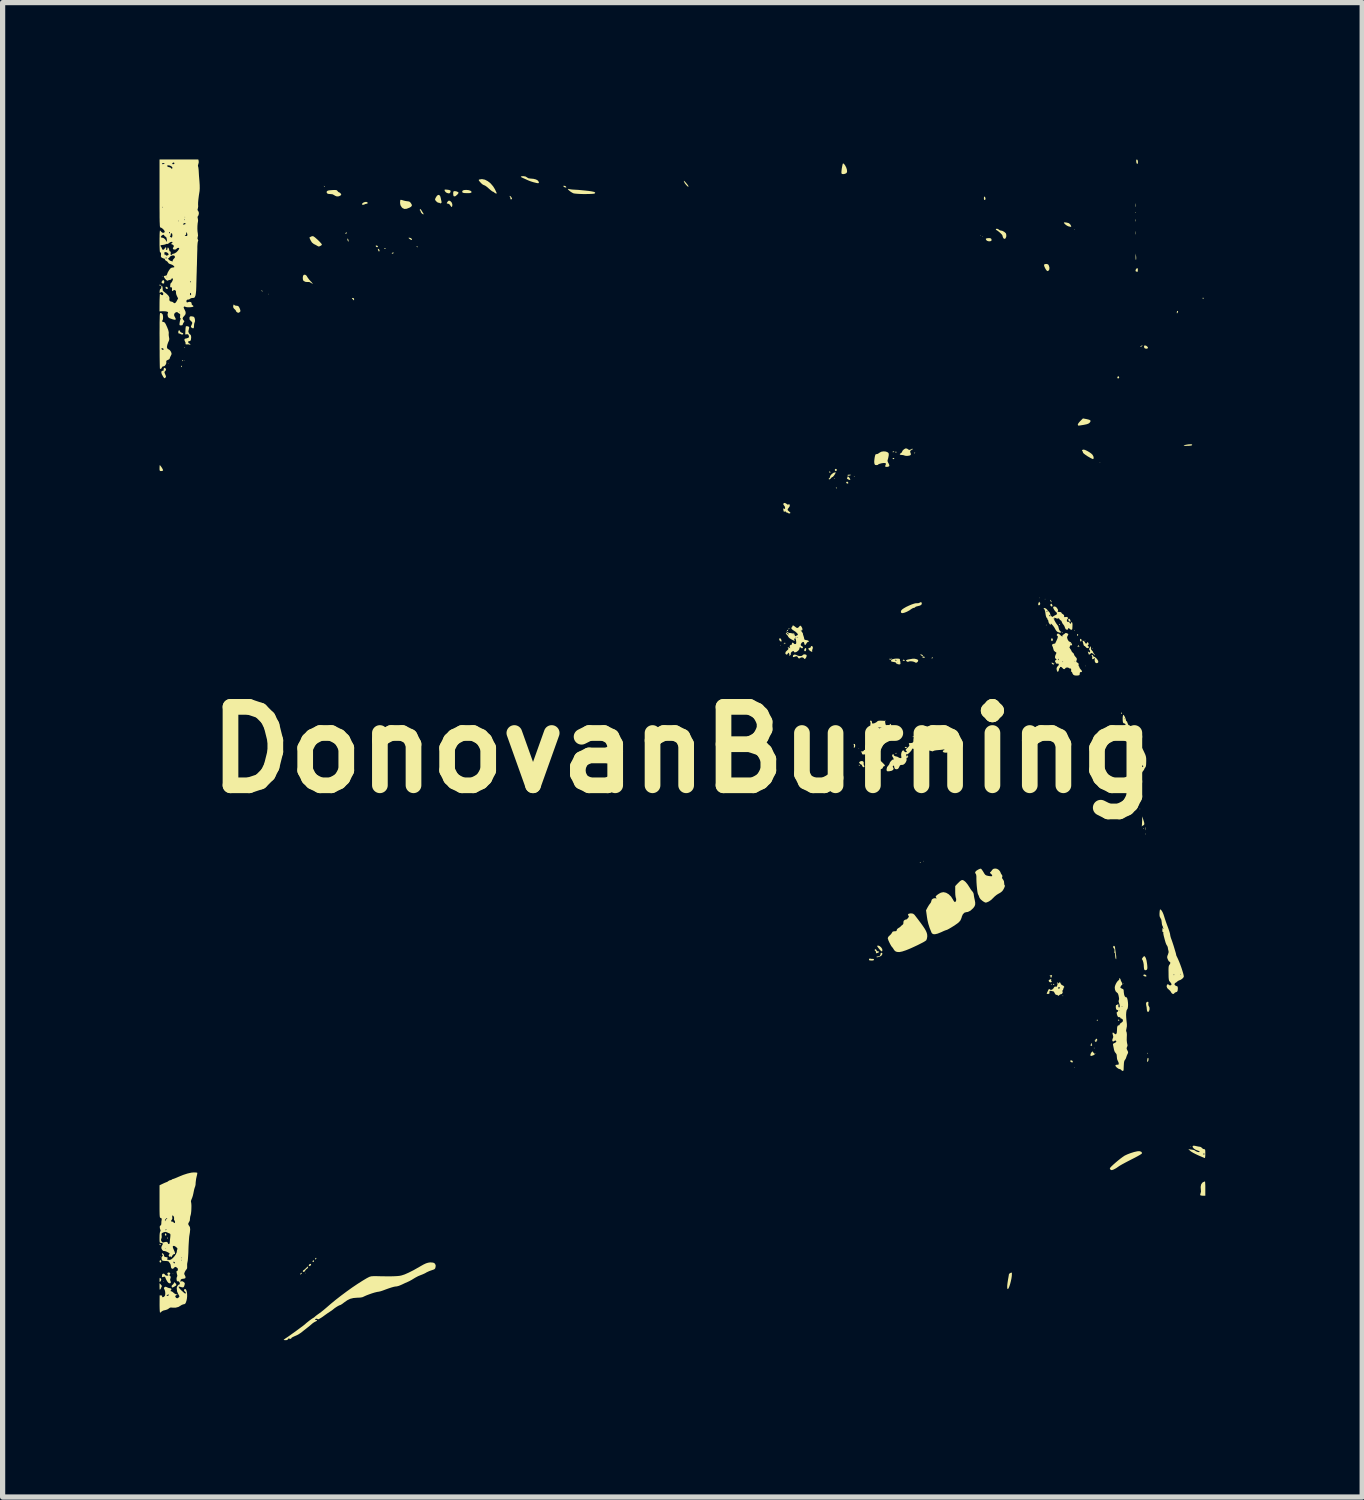
<source format=kicad_pcb>
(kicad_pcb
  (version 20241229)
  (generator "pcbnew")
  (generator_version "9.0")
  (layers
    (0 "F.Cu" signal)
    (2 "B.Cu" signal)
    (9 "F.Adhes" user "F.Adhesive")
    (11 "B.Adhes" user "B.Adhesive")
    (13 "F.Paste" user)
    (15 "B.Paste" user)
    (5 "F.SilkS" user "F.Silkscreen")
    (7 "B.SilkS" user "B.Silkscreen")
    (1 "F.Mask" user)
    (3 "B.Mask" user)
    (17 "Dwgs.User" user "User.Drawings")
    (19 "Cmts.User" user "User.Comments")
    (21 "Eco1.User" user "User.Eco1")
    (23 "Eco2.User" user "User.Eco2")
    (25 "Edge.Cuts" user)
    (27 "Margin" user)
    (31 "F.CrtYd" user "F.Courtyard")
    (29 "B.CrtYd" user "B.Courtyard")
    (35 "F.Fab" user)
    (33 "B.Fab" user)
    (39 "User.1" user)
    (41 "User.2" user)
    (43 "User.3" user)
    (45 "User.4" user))
  (footprint "DonovanBurning"
    (layer "F.Cu")
    (at 10.001 11.29)
    (property "Reference" "DonovanBurning" (at 0 0 0) (layer "F.SilkS") (effects (font (size 1.5 1.5) (thickness 0.3))))
    (attr board_only exclude_from_pos_files exclude_from_bom)
    (fp_poly (pts (xy -9.977 9.686) (xy -9.983 9.692) (xy -9.989 9.686) (xy -9.983 9.681)) (stroke (width 0) (type solid)) (fill yes) (layer "F.SilkS"))
    (fp_poly (pts (xy -9.943 -9.058) (xy -9.949 -9.053) (xy -9.955 -9.058) (xy -9.949 -9.064)) (stroke (width 0) (type solid)) (fill yes) (layer "F.SilkS"))
    (fp_poly (pts (xy -9.92 10.166) (xy -9.926 10.171) (xy -9.932 10.166) (xy -9.926 10.16)) (stroke (width 0) (type solid)) (fill yes) (layer "F.SilkS"))
    (fp_poly (pts (xy -9.829 -7.392) (xy -9.835 -7.386) (xy -9.84 -7.392) (xy -9.835 -7.397)) (stroke (width 0) (type solid)) (fill yes) (layer "F.SilkS"))
    (fp_poly (pts (xy -9.738 10.017) (xy -9.743 10.023) (xy -9.749 10.017) (xy -9.743 10.012)) (stroke (width 0) (type solid)) (fill yes) (layer "F.SilkS"))
    (fp_poly (pts (xy -9.521 -7.449) (xy -9.526 -7.443) (xy -9.532 -7.449) (xy -9.526 -7.454)) (stroke (width 0) (type solid)) (fill yes) (layer "F.SilkS"))
    (fp_poly (pts (xy -7.911 -8.716) (xy -7.917 -8.71) (xy -7.923 -8.716) (xy -7.917 -8.722)) (stroke (width 0) (type solid)) (fill yes) (layer "F.SilkS"))
    (fp_poly (pts (xy -7.203 10.006) (xy -7.209 10.012) (xy -7.215 10.006) (xy -7.209 10)) (stroke (width 0) (type solid)) (fill yes) (layer "F.SilkS"))
    (fp_poly (pts (xy 1.884 -1.992) (xy 1.878 -1.986) (xy 1.872 -1.992) (xy 1.878 -1.998)) (stroke (width 0) (type solid)) (fill yes) (layer "F.SilkS"))
    (fp_poly (pts (xy 2.18 -2.186) (xy 2.175 -2.18) (xy 2.169 -2.186) (xy 2.175 -2.192)) (stroke (width 0) (type solid)) (fill yes) (layer "F.SilkS"))
    (fp_poly (pts (xy 3.379 -0.029) (xy 3.373 -0.023) (xy 3.368 -0.029) (xy 3.373 -0.034)) (stroke (width 0) (type solid)) (fill yes) (layer "F.SilkS"))
    (fp_poly (pts (xy 3.893 -0.565) (xy 3.887 -0.559) (xy 3.881 -0.565) (xy 3.887 -0.571)) (stroke (width 0) (type solid)) (fill yes) (layer "F.SilkS"))
    (fp_poly (pts (xy 3.938 -0.451) (xy 3.933 -0.445) (xy 3.927 -0.451) (xy 3.933 -0.457)) (stroke (width 0) (type solid)) (fill yes) (layer "F.SilkS"))
    (fp_poly (pts (xy 3.973 -1.752) (xy 3.967 -1.747) (xy 3.961 -1.752) (xy 3.967 -1.758)) (stroke (width 0) (type solid)) (fill yes) (layer "F.SilkS"))
    (fp_poly (pts (xy 4.612 2.129) (xy 4.606 2.135) (xy 4.601 2.129) (xy 4.606 2.123)) (stroke (width 0) (type solid)) (fill yes) (layer "F.SilkS"))
    (fp_poly (pts (xy 4.669 -0.394) (xy 4.663 -0.388) (xy 4.658 -0.394) (xy 4.663 -0.4)) (stroke (width 0) (type solid)) (fill yes) (layer "F.SilkS"))
    (fp_poly (pts (xy 5.708 -9.835) (xy 5.702 -9.829) (xy 5.696 -9.835) (xy 5.702 -9.84)) (stroke (width 0) (type solid)) (fill yes) (layer "F.SilkS"))
    (fp_poly (pts (xy 5.742 -9.812) (xy 5.736 -9.806) (xy 5.731 -9.812) (xy 5.736 -9.818)) (stroke (width 0) (type solid)) (fill yes) (layer "F.SilkS"))
    (fp_poly (pts (xy 6.838 -2.905) (xy 6.832 -2.9) (xy 6.827 -2.905) (xy 6.832 -2.911)) (stroke (width 0) (type solid)) (fill yes) (layer "F.SilkS"))
    (fp_poly (pts (xy 6.941 -2.882) (xy 6.935 -2.877) (xy 6.929 -2.882) (xy 6.935 -2.888)) (stroke (width 0) (type solid)) (fill yes) (layer "F.SilkS"))
    (fp_poly (pts (xy 7.215 4.549) (xy 7.209 4.555) (xy 7.203 4.549) (xy 7.209 4.543)) (stroke (width 0) (type solid)) (fill yes) (layer "F.SilkS"))
    (fp_poly (pts (xy 7.5 -9.949) (xy 7.494 -9.943) (xy 7.489 -9.949) (xy 7.494 -9.955)) (stroke (width 0) (type solid)) (fill yes) (layer "F.SilkS"))
    (fp_poly (pts (xy 7.5 6.079) (xy 7.494 6.085) (xy 7.489 6.079) (xy 7.494 6.073)) (stroke (width 0) (type solid)) (fill yes) (layer "F.SilkS"))
    (fp_poly (pts (xy 7.603 -1.981) (xy 7.597 -1.975) (xy 7.591 -1.981) (xy 7.597 -1.986)) (stroke (width 0) (type solid)) (fill yes) (layer "F.SilkS"))
    (fp_poly (pts (xy 7.706 -2.095) (xy 7.7 -2.089) (xy 7.694 -2.095) (xy 7.7 -2.1)) (stroke (width 0) (type solid)) (fill yes) (layer "F.SilkS"))
    (fp_poly (pts (xy 7.717 -1.604) (xy 7.711 -1.598) (xy 7.706 -1.604) (xy 7.711 -1.61)) (stroke (width 0) (type solid)) (fill yes) (layer "F.SilkS"))
    (fp_poly (pts (xy 7.911 5.805) (xy 7.905 5.811) (xy 7.9 5.805) (xy 7.905 5.799)) (stroke (width 0) (type solid)) (fill yes) (layer "F.SilkS"))
    (fp_poly (pts (xy 7.991 -5.497) (xy 7.985 -5.491) (xy 7.98 -5.497) (xy 7.985 -5.502)) (stroke (width 0) (type solid)) (fill yes) (layer "F.SilkS"))
    (fp_poly (pts (xy 8.436 4.469) (xy 8.431 4.475) (xy 8.425 4.469) (xy 8.431 4.464)) (stroke (width 0) (type solid)) (fill yes) (layer "F.SilkS"))
    (fp_poly (pts (xy 9.726 7.586) (xy 9.72 7.591) (xy 9.715 7.586) (xy 9.72 7.58)) (stroke (width 0) (type solid)) (fill yes) (layer "F.SilkS"))
    (fp_poly (pts (xy -9.513 -7.702) (xy -9.512 -7.688) (xy -9.513 -7.687) (xy -9.52 -7.688) (xy -9.521 -7.694) (xy -9.517 -7.704)) (stroke (width 0) (type solid)) (fill yes) (layer "F.SilkS"))
    (fp_poly (pts (xy 2.919 -5.19) (xy 2.917 -5.184) (xy 2.911 -5.183) (xy 2.902 -5.187) (xy 2.903 -5.19) (xy 2.917 -5.192)) (stroke (width 0) (type solid)) (fill yes) (layer "F.SilkS"))
    (fp_poly (pts (xy 3.295 -5.225) (xy 3.294 -5.218) (xy 3.288 -5.217) (xy 3.278 -5.221) (xy 3.28 -5.225) (xy 3.294 -5.226)) (stroke (width 0) (type solid)) (fill yes) (layer "F.SilkS"))
    (fp_poly (pts (xy 4.563 2.151) (xy 4.56 2.156) (xy 4.548 2.157) (xy 4.536 2.154) (xy 4.541 2.15) (xy 4.559 2.148)) (stroke (width 0) (type solid)) (fill yes) (layer "F.SilkS"))
    (fp_poly (pts (xy 6.96 -2.393) (xy 6.961 -2.38) (xy 6.96 -2.378) (xy 6.953 -2.38) (xy 6.952 -2.386) (xy 6.956 -2.395)) (stroke (width 0) (type solid)) (fill yes) (layer "F.SilkS"))
    (fp_poly (pts (xy 7.12 -2.514) (xy 7.121 -2.496) (xy 7.119 -2.492) (xy 7.114 -2.495) (xy 7.113 -2.507) (xy 7.116 -2.519)) (stroke (width 0) (type solid)) (fill yes) (layer "F.SilkS"))
    (fp_poly (pts (xy 7.279 4.696) (xy 7.281 4.709) (xy 7.279 4.711) (xy 7.273 4.709) (xy 7.272 4.703) (xy 7.276 4.694)) (stroke (width 0) (type solid)) (fill yes) (layer "F.SilkS"))
    (fp_poly (pts (xy 7.496 -2.291) (xy 7.498 -2.277) (xy 7.496 -2.276) (xy 7.49 -2.277) (xy 7.489 -2.283) (xy 7.493 -2.293)) (stroke (width 0) (type solid)) (fill yes) (layer "F.SilkS"))
    (fp_poly (pts (xy 7.839 -1.948) (xy 7.84 -1.935) (xy 7.839 -1.933) (xy 7.832 -1.935) (xy 7.831 -1.941) (xy 7.835 -1.95)) (stroke (width 0) (type solid)) (fill yes) (layer "F.SilkS"))
    (fp_poly (pts (xy 7.884 5.7) (xy 7.883 5.707) (xy 7.877 5.708) (xy 7.867 5.704) (xy 7.869 5.7) (xy 7.883 5.699)) (stroke (width 0) (type solid)) (fill yes) (layer "F.SilkS"))
    (fp_poly (pts (xy 8.672 -10.282) (xy 8.674 -10.268) (xy 8.672 -10.267) (xy 8.665 -10.268) (xy 8.665 -10.274) (xy 8.669 -10.284)) (stroke (width 0) (type solid)) (fill yes) (layer "F.SilkS"))
    (fp_poly (pts (xy 8.752 1.123) (xy 8.753 1.136) (xy 8.752 1.138) (xy 8.745 1.136) (xy 8.744 1.13) (xy 8.749 1.121)) (stroke (width 0) (type solid)) (fill yes) (layer "F.SilkS"))
    (fp_poly (pts (xy 8.821 1.499) (xy 8.822 1.513) (xy 8.821 1.514) (xy 8.814 1.513) (xy 8.813 1.507) (xy 8.817 1.497)) (stroke (width 0) (type solid)) (fill yes) (layer "F.SilkS"))
    (fp_poly (pts (xy 8.855 1.602) (xy 8.856 1.616) (xy 8.855 1.617) (xy 8.848 1.616) (xy 8.847 1.61) (xy 8.851 1.6)) (stroke (width 0) (type solid)) (fill yes) (layer "F.SilkS"))
    (fp_poly (pts (xy 8.901 5.797) (xy 8.902 5.815) (xy 8.9 5.819) (xy 8.895 5.816) (xy 8.894 5.804) (xy 8.897 5.792)) (stroke (width 0) (type solid)) (fill yes) (layer "F.SilkS"))
    (fp_poly (pts (xy -9.578 -7.346) (xy -9.571 -7.332) (xy -9.573 -7.328) (xy -9.584 -7.318) (xy -9.589 -7.33) (xy -9.589 -7.335) (xy -9.584 -7.347)) (stroke (width 0) (type solid)) (fill yes) (layer "F.SilkS"))
    (fp_poly (pts (xy -8.043 -8.783) (xy -8.027 -8.774) (xy -8.03 -8.768) (xy -8.036 -8.767) (xy -8.051 -8.776) (xy -8.054 -8.779) (xy -8.052 -8.785)) (stroke (width 0) (type solid)) (fill yes) (layer "F.SilkS"))
    (fp_poly (pts (xy -7.044 9.777) (xy -7.053 9.792) (xy -7.062 9.795) (xy -7.075 9.788) (xy -7.075 9.781) (xy -7.064 9.766) (xy -7.05 9.764)) (stroke (width 0) (type solid)) (fill yes) (layer "F.SilkS"))
    (fp_poly (pts (xy -6.851 -10.783) (xy -6.839 -10.773) (xy -6.838 -10.77) (xy -6.843 -10.765) (xy -6.855 -10.776) (xy -6.856 -10.778) (xy -6.858 -10.786)) (stroke (width 0) (type solid)) (fill yes) (layer "F.SilkS"))
    (fp_poly (pts (xy -5.684 -9.594) (xy -5.674 -9.583) (xy -5.686 -9.578) (xy -5.691 -9.578) (xy -5.703 -9.583) (xy -5.702 -9.589) (xy -5.688 -9.596)) (stroke (width 0) (type solid)) (fill yes) (layer "F.SilkS"))
    (fp_poly (pts (xy -5.075 -9.628) (xy -5.059 -9.619) (xy -5.062 -9.613) (xy -5.068 -9.612) (xy -5.083 -9.62) (xy -5.086 -9.623) (xy -5.084 -9.63)) (stroke (width 0) (type solid)) (fill yes) (layer "F.SilkS"))
    (fp_poly (pts (xy 2.049 -2.317) (xy 2.037 -2.308) (xy 2.024 -2.306) (xy 2.021 -2.31) (xy 2.03 -2.318) (xy 2.038 -2.322) (xy 2.05 -2.323)) (stroke (width 0) (type solid)) (fill yes) (layer "F.SilkS"))
    (fp_poly (pts (xy 4.062 -0.395) (xy 4.074 -0.384) (xy 4.075 -0.382) (xy 4.07 -0.377) (xy 4.059 -0.388) (xy 4.057 -0.39) (xy 4.056 -0.398)) (stroke (width 0) (type solid)) (fill yes) (layer "F.SilkS"))
    (fp_poly (pts (xy 4.088 -5.702) (xy 4.098 -5.691) (xy 4.086 -5.685) (xy 4.08 -5.685) (xy 4.069 -5.691) (xy 4.07 -5.697) (xy 4.084 -5.703)) (stroke (width 0) (type solid)) (fill yes) (layer "F.SilkS"))
    (fp_poly (pts (xy 4.449 -5.679) (xy 4.442 -5.671) (xy 4.433 -5.663) (xy 4.435 -5.675) (xy 4.436 -5.677) (xy 4.445 -5.691) (xy 4.45 -5.691)) (stroke (width 0) (type solid)) (fill yes) (layer "F.SilkS"))
    (fp_poly (pts (xy 7.259 -2.256) (xy 7.271 -2.245) (xy 7.272 -2.243) (xy 7.266 -2.238) (xy 7.255 -2.248) (xy 7.254 -2.251) (xy 7.252 -2.258)) (stroke (width 0) (type solid)) (fill yes) (layer "F.SilkS"))
    (fp_poly (pts (xy 8.402 -0.713) (xy 8.409 -0.7) (xy 8.407 -0.696) (xy 8.396 -0.685) (xy 8.391 -0.697) (xy 8.391 -0.703) (xy 8.396 -0.714)) (stroke (width 0) (type solid)) (fill yes) (layer "F.SilkS"))
    (fp_poly (pts (xy 9.48 -8.383) (xy 9.474 -8.367) (xy 9.462 -8.348) (xy 9.455 -8.35) (xy 9.455 -8.372) (xy 9.461 -8.392) (xy 9.472 -8.394)) (stroke (width 0) (type solid)) (fill yes) (layer "F.SilkS"))
    (fp_poly (pts (xy 9.964 -8.645) (xy 9.966 -8.637) (xy 9.962 -8.62) (xy 9.952 -8.625) (xy 9.949 -8.63) (xy 9.951 -8.644) (xy 9.954 -8.647)) (stroke (width 0) (type solid)) (fill yes) (layer "F.SilkS"))
    (fp_poly (pts (xy -9.989 -8.899) (xy -9.978 -8.884) (xy -9.977 -8.881) (xy -9.986 -8.87) (xy -9.989 -8.87) (xy -9.999 -8.879) (xy -10 -8.888) (xy -9.995 -8.9)) (stroke (width 0) (type solid)) (fill yes) (layer "F.SilkS"))
    (fp_poly (pts (xy -9.989 9.447) (xy -9.978 9.461) (xy -9.977 9.464) (xy -9.986 9.475) (xy -9.989 9.475) (xy -9.999 9.466) (xy -10 9.457) (xy -9.995 9.445)) (stroke (width 0) (type solid)) (fill yes) (layer "F.SilkS"))
    (fp_poly (pts (xy -9.969 9.77) (xy -9.966 9.783) (xy -9.973 9.802) (xy -9.983 9.806) (xy -9.997 9.797) (xy -10 9.783) (xy -9.993 9.765) (xy -9.983 9.76)) (stroke (width 0) (type solid)) (fill yes) (layer "F.SilkS"))
    (fp_poly (pts (xy -9.875 9.256) (xy -9.868 9.274) (xy -9.872 9.286) (xy -9.887 9.292) (xy -9.897 9.279) (xy -9.897 9.27) (xy -9.893 9.251) (xy -9.887 9.247)) (stroke (width 0) (type solid)) (fill yes) (layer "F.SilkS"))
    (fp_poly (pts (xy -9.841 9.335) (xy -9.84 9.338) (xy -9.844 9.349) (xy -9.845 9.349) (xy -9.855 9.341) (xy -9.857 9.338) (xy -9.857 9.328) (xy -9.852 9.327)) (stroke (width 0) (type solid)) (fill yes) (layer "F.SilkS"))
    (fp_poly (pts (xy -9.547 -7.447) (xy -9.549 -7.443) (xy -9.56 -7.432) (xy -9.561 -7.432) (xy -9.566 -7.44) (xy -9.566 -7.443) (xy -9.558 -7.454) (xy -9.554 -7.454)) (stroke (width 0) (type solid)) (fill yes) (layer "F.SilkS"))
    (fp_poly (pts (xy -7.277 10.007) (xy -7.283 10.017) (xy -7.3 10.032) (xy -7.309 10.034) (xy -7.312 10.028) (xy -7.306 10.017) (xy -7.289 10.003) (xy -7.28 10)) (stroke (width 0) (type solid)) (fill yes) (layer "F.SilkS"))
    (fp_poly (pts (xy -7 9.721) (xy -7.004 9.735) (xy -7.018 9.746) (xy -7.019 9.746) (xy -7.027 9.743) (xy -7.025 9.733) (xy -7.014 9.717) (xy -7.007 9.715)) (stroke (width 0) (type solid)) (fill yes) (layer "F.SilkS"))
    (fp_poly (pts (xy -6.416 -9.889) (xy -6.416 -9.888) (xy -6.425 -9.875) (xy -6.434 -9.87) (xy -6.447 -9.87) (xy -6.447 -9.877) (xy -6.437 -9.89) (xy -6.423 -9.896)) (stroke (width 0) (type solid)) (fill yes) (layer "F.SilkS"))
    (fp_poly (pts (xy -5.811 -9.578) (xy -5.795 -9.561) (xy -5.792 -9.55) (xy -5.798 -9.53) (xy -5.808 -9.532) (xy -5.819 -9.555) (xy -5.826 -9.578) (xy -5.823 -9.583)) (stroke (width 0) (type solid)) (fill yes) (layer "F.SilkS"))
    (fp_poly (pts (xy -5.517 -9.507) (xy -5.521 -9.501) (xy -5.525 -9.498) (xy -5.549 -9.487) (xy -5.559 -9.494) (xy -5.559 -9.498) (xy -5.55 -9.507) (xy -5.534 -9.509)) (stroke (width 0) (type solid)) (fill yes) (layer "F.SilkS"))
    (fp_poly (pts (xy 2.02 -2.286) (xy 2.021 -2.283) (xy 2.012 -2.272) (xy 2.009 -2.272) (xy 1.998 -2.28) (xy 1.998 -2.283) (xy 2.006 -2.294) (xy 2.009 -2.295)) (stroke (width 0) (type solid)) (fill yes) (layer "F.SilkS"))
    (fp_poly (pts (xy 2.82 -5.325) (xy 2.831 -5.311) (xy 2.831 -5.308) (xy 2.822 -5.297) (xy 2.82 -5.297) (xy 2.81 -5.306) (xy 2.808 -5.315) (xy 2.814 -5.327)) (stroke (width 0) (type solid)) (fill yes) (layer "F.SilkS"))
    (fp_poly (pts (xy 2.945 -5.017) (xy 2.956 -5.007) (xy 2.957 -5.005) (xy 2.948 -5) (xy 2.945 -5) (xy 2.934 -5.009) (xy 2.934 -5.012) (xy 2.941 -5.019)) (stroke (width 0) (type solid)) (fill yes) (layer "F.SilkS"))
    (fp_poly (pts (xy 3.39 0.294) (xy 3.39 0.297) (xy 3.387 0.308) (xy 3.385 0.308) (xy 3.376 0.3) (xy 3.373 0.297) (xy 3.374 0.286) (xy 3.378 0.285)) (stroke (width 0) (type solid)) (fill yes) (layer "F.SilkS"))
    (fp_poly (pts (xy 3.516 0.12) (xy 3.527 0.13) (xy 3.527 0.132) (xy 3.519 0.137) (xy 3.516 0.137) (xy 3.505 0.128) (xy 3.505 0.125) (xy 3.512 0.118)) (stroke (width 0) (type solid)) (fill yes) (layer "F.SilkS"))
    (fp_poly (pts (xy 4.004 -1.742) (xy 4.001 -1.735) (xy 3.985 -1.726) (xy 3.969 -1.725) (xy 3.952 -1.726) (xy 3.956 -1.73) (xy 3.967 -1.735) (xy 3.995 -1.745)) (stroke (width 0) (type solid)) (fill yes) (layer "F.SilkS"))
    (fp_poly (pts (xy 4.051 -5.576) (xy 4.053 -5.571) (xy 4.043 -5.561) (xy 4.035 -5.559) (xy 4.02 -5.566) (xy 4.018 -5.571) (xy 4.028 -5.581) (xy 4.035 -5.582)) (stroke (width 0) (type solid)) (fill yes) (layer "F.SilkS"))
    (fp_poly (pts (xy 4.051 -5.705) (xy 4.053 -5.703) (xy 4.044 -5.696) (xy 4.035 -5.692) (xy 4.021 -5.692) (xy 4.018 -5.697) (xy 4.028 -5.707) (xy 4.035 -5.708)) (stroke (width 0) (type solid)) (fill yes) (layer "F.SilkS"))
    (fp_poly (pts (xy 4.094 0.064) (xy 4.093 0.068) (xy 4.082 0.079) (xy 4.08 0.08) (xy 4.076 0.071) (xy 4.075 0.068) (xy 4.084 0.058) (xy 4.088 0.057)) (stroke (width 0) (type solid)) (fill yes) (layer "F.SilkS"))
    (fp_poly (pts (xy 4.248 -1.717) (xy 4.252 -1.712) (xy 4.249 -1.703) (xy 4.236 -1.701) (xy 4.217 -1.706) (xy 4.212 -1.712) (xy 4.222 -1.723) (xy 4.229 -1.724)) (stroke (width 0) (type solid)) (fill yes) (layer "F.SilkS"))
    (fp_poly (pts (xy 4.291 -0.051) (xy 4.292 -0.046) (xy 4.283 -0.036) (xy 4.269 -0.034) (xy 4.253 -0.039) (xy 4.252 -0.046) (xy 4.269 -0.056) (xy 4.276 -0.057)) (stroke (width 0) (type solid)) (fill yes) (layer "F.SilkS"))
    (fp_poly (pts (xy 4.437 -0.257) (xy 4.436 -0.254) (xy 4.419 -0.246) (xy 4.411 -0.244) (xy 4.399 -0.245) (xy 4.4 -0.249) (xy 4.417 -0.256) (xy 4.425 -0.258)) (stroke (width 0) (type solid)) (fill yes) (layer "F.SilkS"))
    (fp_poly (pts (xy 4.576 -1.822) (xy 4.595 -1.811) (xy 4.601 -1.802) (xy 4.593 -1.793) (xy 4.573 -1.8) (xy 4.56 -1.809) (xy 4.548 -1.822) (xy 4.551 -1.826)) (stroke (width 0) (type solid)) (fill yes) (layer "F.SilkS"))
    (fp_poly (pts (xy 4.632 -1.777) (xy 4.635 -1.768) (xy 4.626 -1.759) (xy 4.606 -1.761) (xy 4.591 -1.768) (xy 4.582 -1.777) (xy 4.591 -1.783) (xy 4.614 -1.785)) (stroke (width 0) (type solid)) (fill yes) (layer "F.SilkS"))
    (fp_poly (pts (xy 4.791 -1.762) (xy 4.789 -1.758) (xy 4.774 -1.747) (xy 4.77 -1.747) (xy 4.764 -1.754) (xy 4.766 -1.758) (xy 4.781 -1.769) (xy 4.785 -1.769)) (stroke (width 0) (type solid)) (fill yes) (layer "F.SilkS"))
    (fp_poly (pts (xy 7.063 4.482) (xy 7.061 4.486) (xy 7.05 4.497) (xy 7.048 4.498) (xy 7.047 4.49) (xy 7.049 4.486) (xy 7.06 4.475) (xy 7.062 4.475)) (stroke (width 0) (type solid)) (fill yes) (layer "F.SilkS"))
    (fp_poly (pts (xy 7.112 4.484) (xy 7.112 4.486) (xy 7.103 4.497) (xy 7.101 4.498) (xy 7.09 4.489) (xy 7.089 4.486) (xy 7.098 4.475) (xy 7.101 4.475)) (stroke (width 0) (type solid)) (fill yes) (layer "F.SilkS"))
    (fp_poly (pts (xy 7.222 -2.402) (xy 7.22 -2.397) (xy 7.21 -2.386) (xy 7.208 -2.386) (xy 7.203 -2.395) (xy 7.203 -2.397) (xy 7.212 -2.408) (xy 7.215 -2.409)) (stroke (width 0) (type solid)) (fill yes) (layer "F.SilkS"))
    (fp_poly (pts (xy 7.46 5.949) (xy 7.466 5.964) (xy 7.46 5.98) (xy 7.443 5.977) (xy 7.426 5.966) (xy 7.413 5.952) (xy 7.419 5.943) (xy 7.442 5.939)) (stroke (width 0) (type solid)) (fill yes) (layer "F.SilkS"))
    (fp_poly (pts (xy 7.567 -2.205) (xy 7.569 -2.198) (xy 7.562 -2.182) (xy 7.557 -2.18) (xy 7.547 -2.19) (xy 7.546 -2.198) (xy 7.552 -2.213) (xy 7.557 -2.215)) (stroke (width 0) (type solid)) (fill yes) (layer "F.SilkS"))
    (fp_poly (pts (xy 7.945 5.169) (xy 7.945 5.171) (xy 7.937 5.182) (xy 7.934 5.183) (xy 7.923 5.174) (xy 7.923 5.171) (xy 7.931 5.16) (xy 7.934 5.16)) (stroke (width 0) (type solid)) (fill yes) (layer "F.SilkS"))
    (fp_poly (pts (xy 8.354 5.166) (xy 8.356 5.171) (xy 8.348 5.182) (xy 8.346 5.183) (xy 8.33 5.174) (xy 8.328 5.171) (xy 8.33 5.162) (xy 8.339 5.16)) (stroke (width 0) (type solid)) (fill yes) (layer "F.SilkS"))
    (fp_poly (pts (xy 8.672 -10.146) (xy 8.674 -10.117) (xy 8.672 -10.106) (xy 8.669 -10.102) (xy 8.667 -10.118) (xy 8.667 -10.126) (xy 8.668 -10.147) (xy 8.671 -10.149)) (stroke (width 0) (type solid)) (fill yes) (layer "F.SilkS"))
    (fp_poly (pts (xy 8.673 -9.912) (xy 8.674 -9.878) (xy 8.673 -9.86) (xy 8.67 -9.855) (xy 8.668 -9.869) (xy 8.668 -9.886) (xy 8.669 -9.911) (xy 8.671 -9.917)) (stroke (width 0) (type solid)) (fill yes) (layer "F.SilkS"))
    (fp_poly (pts (xy 8.673 -10.442) (xy 8.675 -10.409) (xy 8.673 -10.385) (xy 8.67 -10.381) (xy 8.668 -10.396) (xy 8.668 -10.417) (xy 8.669 -10.443) (xy 8.671 -10.45)) (stroke (width 0) (type solid)) (fill yes) (layer "F.SilkS"))
    (fp_poly (pts (xy 8.676 -9.441) (xy 8.679 -9.406) (xy 8.677 -9.379) (xy 8.675 -9.372) (xy 8.67 -9.372) (xy 8.667 -9.393) (xy 8.666 -9.424) (xy 8.667 -9.492)) (stroke (width 0) (type solid)) (fill yes) (layer "F.SilkS"))
    (fp_poly (pts (xy 8.799 -7.734) (xy 8.792 -7.725) (xy 8.775 -7.71) (xy 8.76 -7.705) (xy 8.756 -7.711) (xy 8.765 -7.72) (xy 8.782 -7.73) (xy 8.799 -7.738)) (stroke (width 0) (type solid)) (fill yes) (layer "F.SilkS"))
    (fp_poly (pts (xy 8.855 1.481) (xy 8.857 1.514) (xy 8.855 1.533) (xy 8.852 1.538) (xy 8.851 1.524) (xy 8.85 1.507) (xy 8.851 1.482) (xy 8.853 1.475)) (stroke (width 0) (type solid)) (fill yes) (layer "F.SilkS"))
    (fp_poly (pts (xy -7.104 9.834) (xy -7.101 9.844) (xy -7.11 9.862) (xy -7.119 9.868) (xy -7.14 9.874) (xy -7.146 9.867) (xy -7.144 9.855) (xy -7.134 9.838) (xy -7.118 9.831)) (stroke (width 0) (type solid)) (fill yes) (layer "F.SilkS"))
    (fp_poly (pts (xy -6.4 -9.776) (xy -6.391 -9.762) (xy -6.385 -9.741) (xy -6.385 -9.724) (xy -6.385 -9.721) (xy -6.392 -9.721) (xy -6.402 -9.738) (xy -6.408 -9.762) (xy -6.407 -9.777)) (stroke (width 0) (type solid)) (fill yes) (layer "F.SilkS"))
    (fp_poly (pts (xy -6.283 -8.635) (xy -6.279 -8.619) (xy -6.28 -8.6) (xy -6.283 -8.596) (xy -6.292 -8.603) (xy -6.307 -8.619) (xy -6.321 -8.635) (xy -6.318 -8.641) (xy -6.303 -8.642)) (stroke (width 0) (type solid)) (fill yes) (layer "F.SilkS"))
    (fp_poly (pts (xy -5.83 -9.637) (xy -5.822 -9.624) (xy -5.83 -9.614) (xy -5.847 -9.614) (xy -5.862 -9.624) (xy -5.862 -9.624) (xy -5.865 -9.64) (xy -5.864 -9.643) (xy -5.848 -9.645)) (stroke (width 0) (type solid)) (fill yes) (layer "F.SilkS"))
    (fp_poly (pts (xy -5.196 -9.788) (xy -5.176 -9.771) (xy -5.171 -9.758) (xy -5.179 -9.749) (xy -5.198 -9.757) (xy -5.219 -9.771) (xy -5.236 -9.787) (xy -5.237 -9.793) (xy -5.222 -9.794)) (stroke (width 0) (type solid)) (fill yes) (layer "F.SilkS"))
    (fp_poly (pts (xy 2.366 -1.938) (xy 2.367 -1.913) (xy 2.358 -1.891) (xy 2.345 -1.884) (xy 2.332 -1.893) (xy 2.329 -1.905) (xy 2.334 -1.926) (xy 2.346 -1.942) (xy 2.359 -1.946)) (stroke (width 0) (type solid)) (fill yes) (layer "F.SilkS"))
    (fp_poly (pts (xy 2.943 -5.371) (xy 2.947 -5.369) (xy 2.953 -5.351) (xy 2.945 -5.335) (xy 2.934 -5.331) (xy 2.919 -5.339) (xy 2.916 -5.344) (xy 2.915 -5.361) (xy 2.927 -5.373)) (stroke (width 0) (type solid)) (fill yes) (layer "F.SilkS"))
    (fp_poly (pts (xy 3.171 -5.111) (xy 3.173 -5.1) (xy 3.165 -5.092) (xy 3.148 -5.093) (xy 3.134 -5.103) (xy 3.133 -5.104) (xy 3.134 -5.12) (xy 3.14 -5.126) (xy 3.158 -5.127)) (stroke (width 0) (type solid)) (fill yes) (layer "F.SilkS"))
    (fp_poly (pts (xy 3.193 -5.262) (xy 3.219 -5.26) (xy 3.224 -5.257) (xy 3.214 -5.251) (xy 3.18 -5.241) (xy 3.16 -5.247) (xy 3.156 -5.251) (xy 3.161 -5.259) (xy 3.185 -5.262)) (stroke (width 0) (type solid)) (fill yes) (layer "F.SilkS"))
    (fp_poly (pts (xy 7.052 -2.85) (xy 7.052 -2.85) (xy 7.061 -2.826) (xy 7.059 -2.821) (xy 7.044 -2.836) (xy 7.044 -2.836) (xy 7.034 -2.857) (xy 7.034 -2.866) (xy 7.041 -2.867)) (stroke (width 0) (type solid)) (fill yes) (layer "F.SilkS"))
    (fp_poly (pts (xy 7.079 -2.127) (xy 7.084 -2.11) (xy 7.08 -2.089) (xy 7.068 -2.078) (xy 7.066 -2.078) (xy 7.057 -2.087) (xy 7.052 -2.1) (xy 7.052 -2.123) (xy 7.064 -2.133)) (stroke (width 0) (type solid)) (fill yes) (layer "F.SilkS"))
    (fp_poly (pts (xy 7.58 -1.995) (xy 7.58 -1.989) (xy 7.576 -1.969) (xy 7.569 -1.964) (xy 7.558 -1.97) (xy 7.557 -1.972) (xy 7.563 -1.988) (xy 7.569 -1.998) (xy 7.577 -2.007)) (stroke (width 0) (type solid)) (fill yes) (layer "F.SilkS"))
    (fp_poly (pts (xy 8.346 -7.139) (xy 8.353 -7.121) (xy 8.351 -7.113) (xy 8.335 -7.101) (xy 8.319 -7.108) (xy 8.318 -7.11) (xy 8.318 -7.126) (xy 8.322 -7.135) (xy 8.335 -7.145)) (stroke (width 0) (type solid)) (fill yes) (layer "F.SilkS"))
    (fp_poly (pts (xy -9.91 -8.963) (xy -9.909 -8.95) (xy -9.914 -8.923) (xy -9.931 -8.916) (xy -9.953 -8.926) (xy -9.962 -8.938) (xy -9.956 -8.959) (xy -9.955 -8.96) (xy -9.937 -8.981) (xy -9.92 -8.982)) (stroke (width 0) (type solid)) (fill yes) (layer "F.SilkS"))
    (fp_poly (pts (xy -9.85 -8.846) (xy -9.84 -8.831) (xy -9.84 -8.829) (xy -9.848 -8.815) (xy -9.865 -8.814) (xy -9.88 -8.826) (xy -9.882 -8.831) (xy -9.885 -8.849) (xy -9.883 -8.854) (xy -9.868 -8.856)) (stroke (width 0) (type solid)) (fill yes) (layer "F.SilkS"))
    (fp_poly (pts (xy -2.237 -10.78) (xy -2.226 -10.771) (xy -2.219 -10.757) (xy -2.231 -10.754) (xy -2.235 -10.754) (xy -2.261 -10.762) (xy -2.272 -10.771) (xy -2.279 -10.784) (xy -2.267 -10.788) (xy -2.263 -10.788)) (stroke (width 0) (type solid)) (fill yes) (layer "F.SilkS"))
    (fp_poly (pts (xy 1.88 -2.125) (xy 1.893 -2.102) (xy 1.896 -2.077) (xy 1.887 -2.069) (xy 1.867 -2.081) (xy 1.863 -2.085) (xy 1.851 -2.106) (xy 1.852 -2.126) (xy 1.865 -2.135) (xy 1.865 -2.135)) (stroke (width 0) (type solid)) (fill yes) (layer "F.SilkS"))
    (fp_poly (pts (xy 1.962 -2.05) (xy 1.97 -2.037) (xy 1.961 -2.025) (xy 1.943 -2.022) (xy 1.93 -2.024) (xy 1.939 -2.027) (xy 1.944 -2.028) (xy 1.957 -2.038) (xy 1.956 -2.046) (xy 1.956 -2.053)) (stroke (width 0) (type solid)) (fill yes) (layer "F.SilkS"))
    (fp_poly (pts (xy 5.787 -10.573) (xy 5.795 -10.552) (xy 5.796 -10.531) (xy 5.794 -10.525) (xy 5.78 -10.514) (xy 5.769 -10.522) (xy 5.765 -10.548) (xy 5.768 -10.572) (xy 5.775 -10.582) (xy 5.776 -10.582)) (stroke (width 0) (type solid)) (fill yes) (layer "F.SilkS"))
    (fp_poly (pts (xy 7.06 -2.792) (xy 7.067 -2.785) (xy 7.076 -2.763) (xy 7.078 -2.754) (xy 7.07 -2.741) (xy 7.055 -2.742) (xy 7.041 -2.754) (xy 7.039 -2.759) (xy 7.037 -2.78) (xy 7.047 -2.793)) (stroke (width 0) (type solid)) (fill yes) (layer "F.SilkS"))
    (fp_poly (pts (xy 7.406 -2.502) (xy 7.417 -2.484) (xy 7.424 -2.463) (xy 7.421 -2.449) (xy 7.421 -2.449) (xy 7.406 -2.451) (xy 7.392 -2.461) (xy 7.378 -2.484) (xy 7.383 -2.502) (xy 7.393 -2.508)) (stroke (width 0) (type solid)) (fill yes) (layer "F.SilkS"))
    (fp_poly (pts (xy 7.629 -2.114) (xy 7.635 -2.095) (xy 7.629 -2.077) (xy 7.629 -2.077) (xy 7.615 -2.071) (xy 7.611 -2.074) (xy 7.604 -2.091) (xy 7.604 -2.111) (xy 7.612 -2.123) (xy 7.615 -2.123)) (stroke (width 0) (type solid)) (fill yes) (layer "F.SilkS"))
    (fp_poly (pts (xy 8.704 -11.28) (xy 8.711 -11.256) (xy 8.711 -11.227) (xy 8.709 -11.216) (xy 8.7 -11.204) (xy 8.689 -11.212) (xy 8.683 -11.224) (xy 8.677 -11.264) (xy 8.682 -11.286) (xy 8.693 -11.29)) (stroke (width 0) (type solid)) (fill yes) (layer "F.SilkS"))
    (fp_poly (pts (xy 8.847 4.298) (xy 8.865 4.309) (xy 8.875 4.323) (xy 8.873 4.331) (xy 8.866 4.336) (xy 8.854 4.335) (xy 8.833 4.33) (xy 8.815 4.319) (xy 8.817 4.304) (xy 8.83 4.297)) (stroke (width 0) (type solid)) (fill yes) (layer "F.SilkS"))
    (fp_poly (pts (xy 8.866 -7.729) (xy 8.875 -7.724) (xy 8.899 -7.703) (xy 8.903 -7.684) (xy 8.888 -7.673) (xy 8.871 -7.671) (xy 8.843 -7.677) (xy 8.83 -7.695) (xy 8.828 -7.722) (xy 8.841 -7.735)) (stroke (width 0) (type solid)) (fill yes) (layer "F.SilkS"))
    (fp_poly (pts (xy -9.985 10.101) (xy -9.983 10.103) (xy -9.967 10.125) (xy -9.972 10.15) (xy -9.983 10.166) (xy -9.993 10.178) (xy -9.998 10.175) (xy -10 10.154) (xy -10 10.139) (xy -9.999 10.109) (xy -9.995 10.097)) (stroke (width 0) (type solid)) (fill yes) (layer "F.SilkS"))
    (fp_poly (pts (xy 8.913 5.9) (xy 8.914 5.921) (xy 8.91 5.946) (xy 8.901 5.964) (xy 8.897 5.967) (xy 8.887 5.962) (xy 8.887 5.951) (xy 8.891 5.921) (xy 8.892 5.91) (xy 8.898 5.894) (xy 8.905 5.891)) (stroke (width 0) (type solid)) (fill yes) (layer "F.SilkS"))
    (fp_poly (pts (xy -3.286 -10.585) (xy -3.27 -10.566) (xy -3.26 -10.545) (xy -3.26 -10.535) (xy -3.274 -10.526) (xy -3.287 -10.529) (xy -3.289 -10.534) (xy -3.289 -10.552) (xy -3.294 -10.568) (xy -3.3 -10.578) (xy -3.307 -10.591) (xy -3.301 -10.594)) (stroke (width 0) (type solid)) (fill yes) (layer "F.SilkS"))
    (fp_poly (pts (xy 3.977 -0.496) (xy 3.991 -0.482) (xy 3.991 -0.463) (xy 3.979 -0.45) (xy 3.97 -0.449) (xy 3.953 -0.454) (xy 3.95 -0.458) (xy 3.958 -0.471) (xy 3.961 -0.474) (xy 3.968 -0.487) (xy 3.967 -0.492) (xy 3.969 -0.497)) (stroke (width 0) (type solid)) (fill yes) (layer "F.SilkS"))
    (fp_poly (pts (xy 5.886 -9.786) (xy 5.908 -9.771) (xy 5.913 -9.747) (xy 5.904 -9.732) (xy 5.881 -9.725) (xy 5.853 -9.726) (xy 5.826 -9.735) (xy 5.81 -9.75) (xy 5.802 -9.768) (xy 5.804 -9.777) (xy 5.822 -9.782) (xy 5.846 -9.786)) (stroke (width 0) (type solid)) (fill yes) (layer "F.SilkS"))
    (fp_poly (pts (xy 7.07 4.312) (xy 7.067 4.326) (xy 7.055 4.352) (xy 7.052 4.361) (xy 7.047 4.367) (xy 7.044 4.352) (xy 7.039 4.332) (xy 7.03 4.327) (xy 7.021 4.323) (xy 7.028 4.317) (xy 7.045 4.311) (xy 7.055 4.309)) (stroke (width 0) (type solid)) (fill yes) (layer "F.SilkS"))
    (fp_poly (pts (xy -9.973 10.229) (xy -9.958 10.248) (xy -9.955 10.26) (xy -9.956 10.261) (xy -9.965 10.274) (xy -9.966 10.279) (xy -9.972 10.298) (xy -9.983 10.315) (xy -9.992 10.325) (xy -9.997 10.322) (xy -9.999 10.304) (xy -10 10.269) (xy -10 10.2)) (stroke (width 0) (type solid)) (fill yes) (layer "F.SilkS"))
    (fp_poly (pts (xy 3.18 -5.219) (xy 3.198 -5.197) (xy 3.2 -5.194) (xy 3.211 -5.169) (xy 3.205 -5.16) (xy 3.183 -5.166) (xy 3.163 -5.176) (xy 3.146 -5.19) (xy 3.149 -5.199) (xy 3.157 -5.213) (xy 3.156 -5.218) (xy 3.159 -5.227) (xy 3.165 -5.228)) (stroke (width 0) (type solid)) (fill yes) (layer "F.SilkS"))
    (fp_poly (pts (xy 3.297 -0.11) (xy 3.3 -0.106) (xy 3.303 -0.088) (xy 3.305 -0.078) (xy 3.3 -0.055) (xy 3.291 -0.044) (xy 3.28 -0.037) (xy 3.277 -0.046) (xy 3.28 -0.066) (xy 3.28 -0.094) (xy 3.272 -0.107) (xy 3.27 -0.112) (xy 3.279 -0.113)) (stroke (width 0) (type solid)) (fill yes) (layer "F.SilkS"))
    (fp_poly (pts (xy 6.834 -2.824) (xy 6.832 -2.82) (xy 6.833 -2.809) (xy 6.836 -2.808) (xy 6.843 -2.799) (xy 6.841 -2.785) (xy 6.83 -2.768) (xy 6.815 -2.763) (xy 6.805 -2.772) (xy 6.804 -2.779) (xy 6.808 -2.806) (xy 6.82 -2.827) (xy 6.829 -2.831)) (stroke (width 0) (type solid)) (fill yes) (layer "F.SilkS"))
    (fp_poly (pts (xy -6.021 -10.467) (xy -6.018 -10.454) (xy -6.031 -10.445) (xy -6.048 -10.442) (xy -6.071 -10.436) (xy -6.08 -10.43) (xy -6.097 -10.424) (xy -6.117 -10.424) (xy -6.13 -10.43) (xy -6.13 -10.432) (xy -6.12 -10.452) (xy -6.097 -10.468) (xy -6.067 -10.478) (xy -6.039 -10.478)) (stroke (width 0) (type solid)) (fill yes) (layer "F.SilkS"))
    (fp_poly (pts (xy -4.505 -10.713) (xy -4.473 -10.709) (xy -4.448 -10.702) (xy -4.438 -10.698) (xy -4.434 -10.682) (xy -4.437 -10.665) (xy -4.45 -10.645) (xy -4.475 -10.642) (xy -4.506 -10.651) (xy -4.528 -10.666) (xy -4.544 -10.687) (xy -4.55 -10.706) (xy -4.547 -10.712) (xy -4.532 -10.715)) (stroke (width 0) (type solid)) (fill yes) (layer "F.SilkS"))
    (fp_poly (pts (xy 0.034 -10.88) (xy 0.051 -10.863) (xy 0.067 -10.845) (xy 0.092 -10.815) (xy 0.109 -10.791) (xy 0.114 -10.779) (xy 0.113 -10.768) (xy 0.107 -10.768) (xy 0.092 -10.782) (xy 0.072 -10.802) (xy 0.048 -10.832) (xy 0.032 -10.861) (xy 0.029 -10.868) (xy 0.027 -10.881)) (stroke (width 0) (type solid)) (fill yes) (layer "F.SilkS"))
    (fp_poly (pts (xy 3.588 3.992) (xy 3.608 3.997) (xy 3.633 3.998) (xy 3.658 4) (xy 3.664 4.012) (xy 3.657 4.025) (xy 3.632 4.03) (xy 3.621 4.03) (xy 3.591 4.028) (xy 3.572 4.024) (xy 3.57 4.023) (xy 3.567 4.008) (xy 3.574 3.994) (xy 3.587 3.992)) (stroke (width 0) (type solid)) (fill yes) (layer "F.SilkS"))
    (fp_poly (pts (xy 3.773 3.754) (xy 3.8 3.778) (xy 3.82 3.808) (xy 3.824 3.829) (xy 3.821 3.851) (xy 3.812 3.856) (xy 3.793 3.842) (xy 3.764 3.81) (xy 3.763 3.808) (xy 3.737 3.775) (xy 3.725 3.756) (xy 3.726 3.747) (xy 3.739 3.744) (xy 3.745 3.744)) (stroke (width 0) (type solid)) (fill yes) (layer "F.SilkS"))
    (fp_poly (pts (xy 6.993 -9.284) (xy 7.007 -9.263) (xy 7.019 -9.223) (xy 7.017 -9.188) (xy 7.003 -9.164) (xy 6.979 -9.155) (xy 6.967 -9.165) (xy 6.949 -9.189) (xy 6.935 -9.214) (xy 6.918 -9.253) (xy 6.916 -9.277) (xy 6.93 -9.289) (xy 6.962 -9.292) (xy 6.965 -9.292)) (stroke (width 0) (type solid)) (fill yes) (layer "F.SilkS"))
    (fp_poly (pts (xy 7.054 4.389) (xy 7.052 4.406) (xy 7.051 4.422) (xy 7.057 4.422) (xy 7.065 4.423) (xy 7.064 4.43) (xy 7.05 4.445) (xy 7.028 4.445) (xy 7.01 4.431) (xy 7.009 4.429) (xy 7.004 4.409) (xy 7.02 4.396) (xy 7.02 4.396) (xy 7.044 4.385)) (stroke (width 0) (type solid)) (fill yes) (layer "F.SilkS"))
    (fp_poly (pts (xy 7.087 -1.66) (xy 7.089 -1.652) (xy 7.093 -1.646) (xy 7.101 -1.655) (xy 7.11 -1.664) (xy 7.112 -1.661) (xy 7.106 -1.642) (xy 7.102 -1.635) (xy 7.092 -1.628) (xy 7.076 -1.64) (xy 7.072 -1.644) (xy 7.059 -1.66) (xy 7.061 -1.666) (xy 7.07 -1.667)) (stroke (width 0) (type solid)) (fill yes) (layer "F.SilkS"))
    (fp_poly (pts (xy 8.708 -9.203) (xy 8.71 -9.181) (xy 8.708 -9.157) (xy 8.701 -9.14) (xy 8.699 -9.138) (xy 8.688 -9.14) (xy 8.687 -9.144) (xy 8.68 -9.151) (xy 8.676 -9.15) (xy 8.667 -9.153) (xy 8.665 -9.164) (xy 8.672 -9.189) (xy 8.688 -9.208) (xy 8.701 -9.212)) (stroke (width 0) (type solid)) (fill yes) (layer "F.SilkS"))
    (fp_poly (pts (xy 8.814 1.336) (xy 8.829 1.383) (xy 8.834 1.414) (xy 8.83 1.433) (xy 8.817 1.443) (xy 8.814 1.444) (xy 8.793 1.456) (xy 8.787 1.465) (xy 8.785 1.467) (xy 8.786 1.454) (xy 8.788 1.431) (xy 8.79 1.393) (xy 8.792 1.351) (xy 8.793 1.273)) (stroke (width 0) (type solid)) (fill yes) (layer "F.SilkS"))
    (fp_poly (pts (xy -9.985 -5.436) (xy -9.969 -5.415) (xy -9.951 -5.387) (xy -9.937 -5.362) (xy -9.932 -5.346) (xy -9.932 -5.346) (xy -9.942 -5.335) (xy -9.966 -5.331) (xy -9.986 -5.332) (xy -9.996 -5.34) (xy -10 -5.36) (xy -10 -5.388) (xy -9.999 -5.421) (xy -9.997 -5.441) (xy -9.995 -5.445)) (stroke (width 0) (type solid)) (fill yes) (layer "F.SilkS"))
    (fp_poly (pts (xy 7.827 5.614) (xy 7.827 5.63) (xy 7.831 5.634) (xy 7.837 5.647) (xy 7.829 5.66) (xy 7.82 5.662) (xy 7.805 5.654) (xy 7.803 5.651) (xy 7.804 5.64) (xy 7.808 5.639) (xy 7.816 5.633) (xy 7.815 5.629) (xy 7.816 5.614) (xy 7.821 5.61) (xy 7.829 5.608)) (stroke (width 0) (type solid)) (fill yes) (layer "F.SilkS"))
    (fp_poly (pts (xy 9.742 -5.842) (xy 9.749 -5.834) (xy 9.749 -5.832) (xy 9.743 -5.823) (xy 9.722 -5.818) (xy 9.683 -5.814) (xy 9.661 -5.814) (xy 9.617 -5.813) (xy 9.593 -5.814) (xy 9.587 -5.818) (xy 9.593 -5.823) (xy 9.616 -5.831) (xy 9.652 -5.838) (xy 9.682 -5.842) (xy 9.721 -5.844)) (stroke (width 0) (type solid)) (fill yes) (layer "F.SilkS"))
    (fp_poly (pts (xy -9.707 10.188) (xy -9.689 10.209) (xy -9.688 10.21) (xy -9.678 10.229) (xy -9.68 10.241) (xy -9.698 10.254) (xy -9.71 10.262) (xy -9.739 10.278) (xy -9.755 10.284) (xy -9.763 10.279) (xy -9.769 10.266) (xy -9.766 10.245) (xy -9.751 10.231) (xy -9.732 10.213) (xy -9.726 10.199) (xy -9.721 10.184)) (stroke (width 0) (type solid)) (fill yes) (layer "F.SilkS"))
    (fp_poly (pts (xy -5.006 -10.338) (xy -4.991 -10.317) (xy -4.991 -10.317) (xy -4.973 -10.287) (xy -4.959 -10.266) (xy -4.949 -10.246) (xy -4.954 -10.24) (xy -4.971 -10.247) (xy -4.989 -10.263) (xy -5.004 -10.283) (xy -5.006 -10.297) (xy -5.007 -10.308) (xy -5.011 -10.308) (xy -5.022 -10.318) (xy -5.023 -10.326) (xy -5.018 -10.341)) (stroke (width 0) (type solid)) (fill yes) (layer "F.SilkS"))
    (fp_poly (pts (xy -4.44 -10.495) (xy -4.415 -10.471) (xy -4.401 -10.437) (xy -4.401 -10.402) (xy -4.406 -10.39) (xy -4.414 -10.381) (xy -4.424 -10.388) (xy -4.437 -10.408) (xy -4.461 -10.438) (xy -4.484 -10.445) (xy -4.504 -10.448) (xy -4.507 -10.457) (xy -4.494 -10.478) (xy -4.49 -10.484) (xy -4.474 -10.501) (xy -4.457 -10.502)) (stroke (width 0) (type solid)) (fill yes) (layer "F.SilkS"))
    (fp_poly (pts (xy 3.822 3.889) (xy 3.823 3.907) (xy 3.812 3.928) (xy 3.799 3.941) (xy 3.77 3.956) (xy 3.741 3.965) (xy 3.719 3.968) (xy 3.71 3.961) (xy 3.72 3.953) (xy 3.743 3.95) (xy 3.771 3.944) (xy 3.784 3.924) (xy 3.79 3.901) (xy 3.791 3.89) (xy 3.799 3.882) (xy 3.807 3.881)) (stroke (width 0) (type solid)) (fill yes) (layer "F.SilkS"))
    (fp_poly (pts (xy 7.338 -10.085) (xy 7.352 -10.082) (xy 7.388 -10.073) (xy 7.412 -10.054) (xy 7.424 -10.037) (xy 7.435 -10.014) (xy 7.434 -10.003) (xy 7.417 -10.003) (xy 7.381 -10.012) (xy 7.38 -10.012) (xy 7.355 -10.024) (xy 7.329 -10.042) (xy 7.307 -10.062) (xy 7.296 -10.079) (xy 7.296 -10.086) (xy 7.31 -10.087)) (stroke (width 0) (type solid)) (fill yes) (layer "F.SilkS"))
    (fp_poly (pts (xy 7.851 5.772) (xy 7.853 5.784) (xy 7.866 5.796) (xy 7.885 5.814) (xy 7.883 5.828) (xy 7.86 5.841) (xy 7.852 5.844) (xy 7.825 5.853) (xy 7.813 5.855) (xy 7.806 5.851) (xy 7.803 5.846) (xy 7.803 5.827) (xy 7.813 5.801) (xy 7.829 5.779) (xy 7.841 5.771) (xy 7.852 5.769)) (stroke (width 0) (type solid)) (fill yes) (layer "F.SilkS"))
    (fp_poly (pts (xy -7.158 9.887) (xy -7.158 9.892) (xy -7.167 9.914) (xy -7.183 9.926) (xy -7.205 9.944) (xy -7.214 9.96) (xy -7.226 9.977) (xy -7.243 9.985) (xy -7.257 9.98) (xy -7.26 9.97) (xy -7.255 9.956) (xy -7.25 9.955) (xy -7.237 9.947) (xy -7.215 9.928) (xy -7.199 9.912) (xy -7.175 9.889) (xy -7.162 9.881)) (stroke (width 0) (type solid)) (fill yes) (layer "F.SilkS"))
    (fp_poly (pts (xy -4.325 -10.681) (xy -4.298 -10.67) (xy -4.282 -10.657) (xy -4.281 -10.653) (xy -4.288 -10.64) (xy -4.305 -10.619) (xy -4.31 -10.614) (xy -4.341 -10.588) (xy -4.366 -10.584) (xy -4.376 -10.59) (xy -4.381 -10.605) (xy -4.384 -10.634) (xy -4.384 -10.641) (xy -4.382 -10.67) (xy -4.374 -10.682) (xy -4.355 -10.685) (xy -4.354 -10.685)) (stroke (width 0) (type solid)) (fill yes) (layer "F.SilkS"))
    (fp_poly (pts (xy -4.09 -10.704) (xy -4.058 -10.694) (xy -4.038 -10.68) (xy -4.032 -10.666) (xy -4.042 -10.654) (xy -4.071 -10.647) (xy -4.081 -10.646) (xy -4.124 -10.646) (xy -4.167 -10.648) (xy -4.17 -10.648) (xy -4.199 -10.654) (xy -4.211 -10.666) (xy -4.212 -10.673) (xy -4.205 -10.693) (xy -4.182 -10.704) (xy -4.141 -10.708) (xy -4.132 -10.708)) (stroke (width 0) (type solid)) (fill yes) (layer "F.SilkS"))
    (fp_poly (pts (xy -9.614 -8.016) (xy -9.609 -8.003) (xy -9.594 -7.985) (xy -9.577 -7.978) (xy -9.555 -7.97) (xy -9.547 -7.961) (xy -9.55 -7.947) (xy -9.567 -7.942) (xy -9.59 -7.947) (xy -9.599 -7.953) (xy -9.617 -7.962) (xy -9.623 -7.961) (xy -9.63 -7.96) (xy -9.636 -7.965) (xy -9.642 -7.982) (xy -9.64 -8.005) (xy -9.631 -8.022) (xy -9.624 -8.025)) (stroke (width 0) (type solid)) (fill yes) (layer "F.SilkS"))
    (fp_poly (pts (xy 8.912 4.824) (xy 8.911 4.845) (xy 8.91 4.85) (xy 8.91 4.883) (xy 8.918 4.899) (xy 8.934 4.932) (xy 8.933 4.971) (xy 8.924 4.994) (xy 8.911 5.013) (xy 8.9 5.013) (xy 8.895 5.009) (xy 8.885 4.989) (xy 8.881 4.961) (xy 8.878 4.924) (xy 8.87 4.887) (xy 8.866 4.85) (xy 8.877 4.825) (xy 8.901 4.817)) (stroke (width 0) (type solid)) (fill yes) (layer "F.SilkS"))
    (fp_poly (pts (xy 2.492 -1.972) (xy 2.493 -1.968) (xy 2.494 -1.944) (xy 2.488 -1.928) (xy 2.48 -1.902) (xy 2.482 -1.888) (xy 2.483 -1.875) (xy 2.469 -1.876) (xy 2.449 -1.887) (xy 2.423 -1.907) (xy 2.41 -1.927) (xy 2.41 -1.943) (xy 2.42 -1.948) (xy 2.442 -1.951) (xy 2.443 -1.951) (xy 2.453 -1.961) (xy 2.454 -1.969) (xy 2.462 -1.984) (xy 2.477 -1.985)) (stroke (width 0) (type solid)) (fill yes) (layer "F.SilkS"))
    (fp_poly (pts (xy 3.707 3.822) (xy 3.713 3.836) (xy 3.725 3.852) (xy 3.738 3.852) (xy 3.753 3.853) (xy 3.756 3.863) (xy 3.75 3.879) (xy 3.745 3.881) (xy 3.726 3.885) (xy 3.715 3.889) (xy 3.701 3.891) (xy 3.702 3.877) (xy 3.702 3.877) (xy 3.701 3.857) (xy 3.693 3.851) (xy 3.679 3.838) (xy 3.677 3.822) (xy 3.689 3.813) (xy 3.692 3.813)) (stroke (width 0) (type solid)) (fill yes) (layer "F.SilkS"))
    (fp_poly (pts (xy 3.082 -11.212) (xy 3.1 -11.193) (xy 3.111 -11.178) (xy 3.133 -11.136) (xy 3.146 -11.094) (xy 3.149 -11.058) (xy 3.14 -11.033) (xy 3.138 -11.031) (xy 3.11 -11.016) (xy 3.077 -11.01) (xy 3.052 -11.013) (xy 3.05 -11.014) (xy 3.043 -11.024) (xy 3.04 -11.043) (xy 3.043 -11.076) (xy 3.047 -11.114) (xy 3.055 -11.158) (xy 3.062 -11.192) (xy 3.069 -11.212) (xy 3.07 -11.214)) (stroke (width 0) (type solid)) (fill yes) (layer "F.SilkS"))
    (fp_poly (pts (xy 3.458 0.223) (xy 3.468 0.243) (xy 3.466 0.257) (xy 3.466 0.281) (xy 3.471 0.292) (xy 3.481 0.313) (xy 3.478 0.329) (xy 3.463 0.333) (xy 3.456 0.33) (xy 3.439 0.313) (xy 3.436 0.302) (xy 3.43 0.287) (xy 3.426 0.285) (xy 3.409 0.278) (xy 3.39 0.26) (xy 3.379 0.243) (xy 3.379 0.241) (xy 3.388 0.23) (xy 3.406 0.219) (xy 3.435 0.214)) (stroke (width 0) (type solid)) (fill yes) (layer "F.SilkS"))
    (fp_poly (pts (xy 7.734 -6.324) (xy 7.778 -6.313) (xy 7.801 -6.301) (xy 7.806 -6.286) (xy 7.794 -6.264) (xy 7.788 -6.256) (xy 7.769 -6.241) (xy 7.737 -6.228) (xy 7.687 -6.217) (xy 7.677 -6.215) (xy 7.627 -6.207) (xy 7.595 -6.202) (xy 7.577 -6.2) (xy 7.568 -6.203) (xy 7.564 -6.21) (xy 7.561 -6.216) (xy 7.566 -6.235) (xy 7.587 -6.264) (xy 7.607 -6.286) (xy 7.66 -6.338)) (stroke (width 0) (type solid)) (fill yes) (layer "F.SilkS"))
    (fp_poly (pts (xy -8.568 -8.505) (xy -8.552 -8.496) (xy -8.528 -8.493) (xy -8.501 -8.489) (xy -8.483 -8.474) (xy -8.467 -8.443) (xy -8.46 -8.425) (xy -8.453 -8.397) (xy -8.456 -8.381) (xy -8.467 -8.371) (xy -8.486 -8.359) (xy -8.503 -8.36) (xy -8.519 -8.369) (xy -8.536 -8.385) (xy -8.539 -8.396) (xy -8.548 -8.412) (xy -8.566 -8.428) (xy -8.587 -8.452) (xy -8.592 -8.481) (xy -8.587 -8.508) (xy -8.578 -8.516)) (stroke (width 0) (type solid)) (fill yes) (layer "F.SilkS"))
    (fp_poly (pts (xy -7.193 -9.072) (xy -7.181 -9.055) (xy -7.166 -9.03) (xy -7.141 -8.996) (xy -7.116 -8.968) (xy -7.087 -8.937) (xy -7.072 -8.916) (xy -7.071 -8.909) (xy -7.084 -8.917) (xy -7.1 -8.929) (xy -7.137 -8.947) (xy -7.163 -8.947) (xy -7.204 -8.948) (xy -7.239 -8.964) (xy -7.252 -8.977) (xy -7.259 -9.001) (xy -7.26 -9.035) (xy -7.255 -9.066) (xy -7.253 -9.069) (xy -7.238 -9.085) (xy -7.215 -9.086)) (stroke (width 0) (type solid)) (fill yes) (layer "F.SilkS"))
    (fp_poly (pts (xy -4.648 -10.609) (xy -4.63 -10.583) (xy -4.621 -10.549) (xy -4.614 -10.513) (xy -4.608 -10.485) (xy -4.606 -10.48) (xy -4.608 -10.462) (xy -4.621 -10.451) (xy -4.636 -10.452) (xy -4.64 -10.457) (xy -4.655 -10.463) (xy -4.661 -10.462) (xy -4.678 -10.466) (xy -4.7 -10.482) (xy -4.707 -10.489) (xy -4.726 -10.511) (xy -4.731 -10.527) (xy -4.724 -10.548) (xy -4.72 -10.556) (xy -4.695 -10.596) (xy -4.67 -10.613)) (stroke (width 0) (type solid)) (fill yes) (layer "F.SilkS"))
    (fp_poly (pts (xy 2.932 -5.302) (xy 2.932 -5.301) (xy 2.915 -5.269) (xy 2.895 -5.24) (xy 2.877 -5.221) (xy 2.868 -5.217) (xy 2.852 -5.208) (xy 2.84 -5.194) (xy 2.823 -5.177) (xy 2.807 -5.171) (xy 2.797 -5.179) (xy 2.797 -5.183) (xy 2.806 -5.194) (xy 2.808 -5.194) (xy 2.818 -5.204) (xy 2.82 -5.214) (xy 2.83 -5.243) (xy 2.854 -5.272) (xy 2.885 -5.296) (xy 2.904 -5.303) (xy 2.926 -5.306)) (stroke (width 0) (type solid)) (fill yes) (layer "F.SilkS"))
    (fp_poly (pts (xy 6.301 10.004) (xy 6.301 10.019) (xy 6.299 10.062) (xy 6.292 10.111) (xy 6.281 10.163) (xy 6.268 10.213) (xy 6.254 10.257) (xy 6.24 10.292) (xy 6.228 10.311) (xy 6.218 10.313) (xy 6.212 10.292) (xy 6.211 10.253) (xy 6.217 10.196) (xy 6.227 10.131) (xy 6.235 10.087) (xy 6.241 10.052) (xy 6.244 10.031) (xy 6.244 10.029) (xy 6.254 10.016) (xy 6.273 10.004) (xy 6.293 9.997)) (stroke (width 0) (type solid)) (fill yes) (layer "F.SilkS"))
    (fp_poly (pts (xy 9.996 8.264) (xy 9.998 8.293) (xy 10 8.336) (xy 10 8.389) (xy 10 8.391) (xy 10 8.528) (xy 9.955 8.528) (xy 9.925 8.525) (xy 9.905 8.519) (xy 9.903 8.516) (xy 9.903 8.499) (xy 9.909 8.481) (xy 9.917 8.451) (xy 9.915 8.417) (xy 9.911 8.36) (xy 9.92 8.312) (xy 9.942 8.279) (xy 9.955 8.27) (xy 9.979 8.259) (xy 9.994 8.254) (xy 9.994 8.254)) (stroke (width 0) (type solid)) (fill yes) (layer "F.SilkS"))
    (fp_poly (pts (xy 4.466 -1.737) (xy 4.494 -1.727) (xy 4.509 -1.715) (xy 4.509 -1.712) (xy 4.502 -1.686) (xy 4.483 -1.669) (xy 4.461 -1.666) (xy 4.449 -1.673) (xy 4.429 -1.683) (xy 4.398 -1.691) (xy 4.364 -1.694) (xy 4.338 -1.692) (xy 4.332 -1.689) (xy 4.312 -1.682) (xy 4.293 -1.689) (xy 4.276 -1.704) (xy 4.281 -1.716) (xy 4.309 -1.726) (xy 4.321 -1.728) (xy 4.362 -1.735) (xy 4.401 -1.742) (xy 4.433 -1.743)) (stroke (width 0) (type solid)) (fill yes) (layer "F.SilkS"))
    (fp_poly (pts (xy 7.931 5.533) (xy 7.932 5.556) (xy 7.923 5.583) (xy 7.908 5.589) (xy 7.891 5.576) (xy 7.885 5.566) (xy 7.904 5.566) (xy 7.905 5.571) (xy 7.916 5.582) (xy 7.917 5.582) (xy 7.922 5.573) (xy 7.923 5.571) (xy 7.914 5.56) (xy 7.91 5.559) (xy 7.904 5.566) (xy 7.885 5.566) (xy 7.883 5.563) (xy 7.888 5.559) (xy 7.898 5.55) (xy 7.9 5.542) (xy 7.909 5.527) (xy 7.918 5.525)) (stroke (width 0) (type solid)) (fill yes) (layer "F.SilkS"))
    (fp_poly (pts (xy -7.054 -9.819) (xy -7.029 -9.801) (xy -7.024 -9.797) (xy -6.984 -9.762) (xy -6.947 -9.727) (xy -6.918 -9.695) (xy -6.899 -9.672) (xy -6.895 -9.662) (xy -6.904 -9.649) (xy -6.924 -9.637) (xy -6.946 -9.627) (xy -6.959 -9.626) (xy -6.974 -9.633) (xy -6.986 -9.64) (xy -7.018 -9.658) (xy -7.051 -9.674) (xy -7.086 -9.703) (xy -7.111 -9.744) (xy -7.125 -9.774) (xy -7.132 -9.795) (xy -7.133 -9.799) (xy -7.098 -9.818) (xy -7.074 -9.824)) (stroke (width 0) (type solid)) (fill yes) (layer "F.SilkS"))
    (fp_poly (pts (xy -5.352 -10.511) (xy -5.34 -10.507) (xy -5.301 -10.497) (xy -5.262 -10.491) (xy -5.256 -10.491) (xy -5.223 -10.485) (xy -5.198 -10.463) (xy -5.195 -10.458) (xy -5.176 -10.426) (xy -5.175 -10.403) (xy -5.194 -10.383) (xy -5.221 -10.368) (xy -5.275 -10.347) (xy -5.317 -10.344) (xy -5.352 -10.36) (xy -5.37 -10.378) (xy -5.393 -10.416) (xy -5.4 -10.461) (xy -5.4 -10.461) (xy -5.398 -10.493) (xy -5.395 -10.514) (xy -5.393 -10.517) (xy -5.379 -10.518)) (stroke (width 0) (type solid)) (fill yes) (layer "F.SilkS"))
    (fp_poly (pts (xy 7.7 -5.735) (xy 7.737 -5.718) (xy 7.778 -5.695) (xy 7.815 -5.669) (xy 7.841 -5.645) (xy 7.842 -5.643) (xy 7.858 -5.616) (xy 7.865 -5.588) (xy 7.862 -5.567) (xy 7.851 -5.56) (xy 7.836 -5.566) (xy 7.806 -5.581) (xy 7.767 -5.603) (xy 7.748 -5.614) (xy 7.704 -5.644) (xy 7.673 -5.668) (xy 7.66 -5.685) (xy 7.66 -5.687) (xy 7.654 -5.708) (xy 7.648 -5.714) (xy 7.641 -5.726) (xy 7.651 -5.737) (xy 7.674 -5.742)) (stroke (width 0) (type solid)) (fill yes) (layer "F.SilkS"))
    (fp_poly (pts (xy 8.845 3.954) (xy 8.862 3.982) (xy 8.876 4.03) (xy 8.886 4.091) (xy 8.89 4.129) (xy 8.892 4.169) (xy 8.889 4.192) (xy 8.881 4.205) (xy 8.873 4.211) (xy 8.849 4.216) (xy 8.838 4.21) (xy 8.829 4.191) (xy 8.825 4.159) (xy 8.824 4.146) (xy 8.822 4.106) (xy 8.815 4.067) (xy 8.805 4.033) (xy 8.794 4.011) (xy 8.788 4.007) (xy 8.787 3.999) (xy 8.799 3.979) (xy 8.803 3.973) (xy 8.822 3.951) (xy 8.834 3.946)) (stroke (width 0) (type solid)) (fill yes) (layer "F.SilkS"))
    (fp_poly (pts (xy -9.375 -8.289) (xy -9.347 -8.282) (xy -9.333 -8.267) (xy -9.324 -8.238) (xy -9.324 -8.238) (xy -9.321 -8.199) (xy -9.327 -8.178) (xy -9.335 -8.158) (xy -9.34 -8.126) (xy -9.34 -8.111) (xy -9.343 -8.076) (xy -9.354 -8.06) (xy -9.373 -8.065) (xy -9.387 -8.074) (xy -9.399 -8.086) (xy -9.399 -8.101) (xy -9.389 -8.121) (xy -9.375 -8.155) (xy -9.376 -8.177) (xy -9.394 -8.196) (xy -9.401 -8.201) (xy -9.425 -8.228) (xy -9.428 -8.263) (xy -9.423 -8.279) (xy -9.411 -8.29) (xy -9.384 -8.29)) (stroke (width 0) (type solid)) (fill yes) (layer "F.SilkS"))
    (fp_poly (pts (xy -3.002 -10.965) (xy -2.975 -10.949) (xy -2.974 -10.948) (xy -2.947 -10.931) (xy -2.907 -10.925) (xy -2.903 -10.925) (xy -2.849 -10.92) (xy -2.801 -10.908) (xy -2.767 -10.889) (xy -2.753 -10.872) (xy -2.745 -10.851) (xy -2.747 -10.84) (xy -2.762 -10.836) (xy -2.792 -10.841) (xy -2.841 -10.853) (xy -2.849 -10.855) (xy -2.897 -10.87) (xy -2.944 -10.888) (xy -2.969 -10.899) (xy -3.008 -10.917) (xy -3.046 -10.934) (xy -3.057 -10.939) (xy -3.085 -10.953) (xy -3.091 -10.963) (xy -3.075 -10.969) (xy -3.044 -10.971)) (stroke (width 0) (type solid)) (fill yes) (layer "F.SilkS"))
    (fp_poly (pts (xy -9.883 -7.292) (xy -9.882 -7.288) (xy -9.876 -7.27) (xy -9.88 -7.258) (xy -9.893 -7.243) (xy -9.904 -7.23) (xy -9.905 -7.215) (xy -9.896 -7.19) (xy -9.891 -7.179) (xy -9.879 -7.15) (xy -9.877 -7.133) (xy -9.885 -7.12) (xy -9.889 -7.116) (xy -9.901 -7.107) (xy -9.912 -7.11) (xy -9.926 -7.129) (xy -9.936 -7.145) (xy -9.959 -7.188) (xy -9.966 -7.222) (xy -9.959 -7.244) (xy -9.937 -7.251) (xy -9.929 -7.25) (xy -9.922 -7.257) (xy -9.922 -7.258) (xy -9.921 -7.286) (xy -9.911 -7.303) (xy -9.897 -7.306)) (stroke (width 0) (type solid)) (fill yes) (layer "F.SilkS"))
    (fp_poly (pts (xy -6.624 -10.705) (xy -6.608 -10.7) (xy -6.598 -10.688) (xy -6.596 -10.686) (xy -6.58 -10.668) (xy -6.569 -10.662) (xy -6.552 -10.655) (xy -6.537 -10.641) (xy -6.525 -10.624) (xy -6.529 -10.611) (xy -6.539 -10.601) (xy -6.572 -10.585) (xy -6.611 -10.584) (xy -6.647 -10.598) (xy -6.655 -10.605) (xy -6.69 -10.624) (xy -6.723 -10.628) (xy -6.768 -10.631) (xy -6.794 -10.641) (xy -6.804 -10.659) (xy -6.804 -10.663) (xy -6.801 -10.68) (xy -6.788 -10.691) (xy -6.763 -10.699) (xy -6.721 -10.703) (xy -6.694 -10.705) (xy -6.65 -10.707)) (stroke (width 0) (type solid)) (fill yes) (layer "F.SilkS"))
    (fp_poly (pts (xy 6.042 -9.956) (xy 6.05 -9.949) (xy 6.073 -9.934) (xy 6.087 -9.932) (xy 6.121 -9.924) (xy 6.156 -9.905) (xy 6.183 -9.881) (xy 6.187 -9.874) (xy 6.194 -9.847) (xy 6.193 -9.813) (xy 6.192 -9.812) (xy 6.18 -9.782) (xy 6.162 -9.771) (xy 6.142 -9.78) (xy 6.13 -9.801) (xy 6.122 -9.826) (xy 6.119 -9.839) (xy 6.111 -9.852) (xy 6.09 -9.874) (xy 6.064 -9.898) (xy 6.037 -9.92) (xy 6.017 -9.934) (xy 6.013 -9.935) (xy 5.996 -9.947) (xy 5.993 -9.954) (xy 6.002 -9.964) (xy 6.021 -9.965)) (stroke (width 0) (type solid)) (fill yes) (layer "F.SilkS"))
    (fp_poly (pts (xy 7.852 -1.807) (xy 7.854 -1.798) (xy 7.863 -1.783) (xy 7.872 -1.781) (xy 7.891 -1.772) (xy 7.916 -1.75) (xy 7.938 -1.723) (xy 7.952 -1.697) (xy 7.952 -1.673) (xy 7.938 -1.66) (xy 7.917 -1.657) (xy 7.897 -1.668) (xy 7.889 -1.683) (xy 7.883 -1.715) (xy 7.885 -1.737) (xy 7.889 -1.755) (xy 7.883 -1.755) (xy 7.868 -1.743) (xy 7.847 -1.731) (xy 7.835 -1.739) (xy 7.838 -1.762) (xy 7.838 -1.763) (xy 7.837 -1.786) (xy 7.831 -1.798) (xy 7.823 -1.812) (xy 7.834 -1.815) (xy 7.835 -1.815)) (stroke (width 0) (type solid)) (fill yes) (layer "F.SilkS"))
    (fp_poly (pts (xy 8.263 3.752) (xy 8.273 3.773) (xy 8.273 3.78) (xy 8.276 3.804) (xy 8.281 3.843) (xy 8.288 3.89) (xy 8.29 3.901) (xy 8.296 3.951) (xy 8.297 3.986) (xy 8.295 4.004) (xy 8.29 4.002) (xy 8.284 3.989) (xy 8.279 3.967) (xy 8.276 3.933) (xy 8.276 3.918) (xy 8.274 3.887) (xy 8.271 3.878) (xy 8.265 3.887) (xy 8.259 3.894) (xy 8.259 3.878) (xy 8.262 3.86) (xy 8.264 3.825) (xy 8.258 3.804) (xy 8.249 3.795) (xy 8.236 3.775) (xy 8.238 3.762) (xy 8.25 3.748)) (stroke (width 0) (type solid)) (fill yes) (layer "F.SilkS"))
    (fp_poly (pts (xy -3.778 -10.904) (xy -3.722 -10.875) (xy -3.668 -10.832) (xy -3.62 -10.776) (xy -3.588 -10.724) (xy -3.57 -10.687) (xy -3.557 -10.659) (xy -3.55 -10.644) (xy -3.55 -10.644) (xy -3.558 -10.639) (xy -3.576 -10.643) (xy -3.593 -10.654) (xy -3.596 -10.657) (xy -3.614 -10.671) (xy -3.624 -10.674) (xy -3.638 -10.681) (xy -3.663 -10.7) (xy -3.696 -10.728) (xy -3.705 -10.736) (xy -3.739 -10.766) (xy -3.77 -10.788) (xy -3.791 -10.798) (xy -3.794 -10.799) (xy -3.817 -10.809) (xy -3.849 -10.836) (xy -3.887 -10.879) (xy -3.889 -10.883) (xy -3.897 -10.898) (xy -3.886 -10.907) (xy -3.834 -10.915)) (stroke (width 0) (type solid)) (fill yes) (layer "F.SilkS"))
    (fp_poly (pts (xy -2.172 -10.725) (xy -2.151 -10.721) (xy -2.115 -10.716) (xy -2.072 -10.713) (xy -1.998 -10.709) (xy -1.923 -10.702) (xy -1.852 -10.695) (xy -1.788 -10.688) (xy -1.736 -10.68) (xy -1.698 -10.672) (xy -1.68 -10.666) (xy -1.667 -10.653) (xy -1.674 -10.643) (xy -1.678 -10.64) (xy -1.697 -10.635) (xy -1.733 -10.632) (xy -1.783 -10.63) (xy -1.841 -10.629) (xy -1.902 -10.629) (xy -1.962 -10.631) (xy -2.015 -10.634) (xy -2.058 -10.638) (xy -2.084 -10.643) (xy -2.085 -10.643) (xy -2.112 -10.657) (xy -2.143 -10.677) (xy -2.17 -10.699) (xy -2.188 -10.718) (xy -2.192 -10.726) (xy -2.183 -10.728)) (stroke (width 0) (type solid)) (fill yes) (layer "F.SilkS"))
    (fp_poly (pts (xy 7.68 -2.08) (xy 7.696 -2.06) (xy 7.698 -2.054) (xy 7.709 -2.035) (xy 7.726 -2.032) (xy 7.74 -2.045) (xy 7.742 -2.052) (xy 7.747 -2.063) (xy 7.755 -2.056) (xy 7.762 -2.044) (xy 7.771 -2.021) (xy 7.764 -2.012) (xy 7.764 -2.012) (xy 7.753 -1.998) (xy 7.751 -1.99) (xy 7.757 -1.979) (xy 7.763 -1.981) (xy 7.772 -1.977) (xy 7.774 -1.965) (xy 7.766 -1.948) (xy 7.747 -1.944) (xy 7.726 -1.952) (xy 7.713 -1.966) (xy 7.697 -1.983) (xy 7.687 -1.986) (xy 7.676 -1.996) (xy 7.669 -2.018) (xy 7.661 -2.049) (xy 7.655 -2.069) (xy 7.652 -2.085) (xy 7.656 -2.089)) (stroke (width 0) (type solid)) (fill yes) (layer "F.SilkS"))
    (fp_poly (pts (xy 2.365 -1.819) (xy 2.371 -1.814) (xy 2.377 -1.797) (xy 2.367 -1.769) (xy 2.367 -1.768) (xy 2.349 -1.742) (xy 2.333 -1.737) (xy 2.322 -1.752) (xy 2.306 -1.765) (xy 2.282 -1.769) (xy 2.26 -1.763) (xy 2.255 -1.758) (xy 2.238 -1.747) (xy 2.218 -1.752) (xy 2.206 -1.77) (xy 2.195 -1.787) (xy 2.173 -1.789) (xy 2.136 -1.777) (xy 2.132 -1.775) (xy 2.116 -1.774) (xy 2.112 -1.79) (xy 2.121 -1.812) (xy 2.143 -1.822) (xy 2.173 -1.817) (xy 2.186 -1.81) (xy 2.217 -1.797) (xy 2.251 -1.793) (xy 2.281 -1.796) (xy 2.298 -1.808) (xy 2.299 -1.809) (xy 2.314 -1.823) (xy 2.34 -1.826)) (stroke (width 0) (type solid)) (fill yes) (layer "F.SilkS"))
    (fp_poly (pts (xy 4.575 -2.816) (xy 4.578 -2.795) (xy 4.57 -2.775) (xy 4.544 -2.759) (xy 4.497 -2.747) (xy 4.495 -2.746) (xy 4.467 -2.739) (xy 4.453 -2.73) (xy 4.452 -2.728) (xy 4.443 -2.719) (xy 4.431 -2.717) (xy 4.407 -2.71) (xy 4.381 -2.695) (xy 4.341 -2.667) (xy 4.295 -2.642) (xy 4.251 -2.624) (xy 4.216 -2.615) (xy 4.211 -2.614) (xy 4.187 -2.618) (xy 4.179 -2.632) (xy 4.178 -2.643) (xy 4.184 -2.665) (xy 4.204 -2.686) (xy 4.231 -2.705) (xy 4.279 -2.733) (xy 4.332 -2.758) (xy 4.384 -2.78) (xy 4.431 -2.796) (xy 4.467 -2.804) (xy 4.482 -2.803) (xy 4.515 -2.805) (xy 4.536 -2.814) (xy 4.561 -2.825)) (stroke (width 0) (type solid)) (fill yes) (layer "F.SilkS"))
    (fp_poly (pts (xy 8.773 7.686) (xy 8.788 7.704) (xy 8.787 7.72) (xy 8.775 7.73) (xy 8.746 7.749) (xy 8.703 7.773) (xy 8.649 7.802) (xy 8.588 7.833) (xy 8.586 7.834) (xy 8.522 7.867) (xy 8.463 7.898) (xy 8.413 7.925) (xy 8.375 7.947) (xy 8.354 7.96) (xy 8.296 8) (xy 8.248 8.026) (xy 8.213 8.038) (xy 8.194 8.035) (xy 8.177 8.017) (xy 8.174 8.005) (xy 8.183 7.99) (xy 8.206 7.965) (xy 8.24 7.933) (xy 8.282 7.896) (xy 8.328 7.857) (xy 8.373 7.821) (xy 8.416 7.789) (xy 8.451 7.765) (xy 8.459 7.76) (xy 8.51 7.736) (xy 8.573 7.712) (xy 8.64 7.691) (xy 8.699 7.678) (xy 8.706 7.677) (xy 8.743 7.676)) (stroke (width 0) (type solid)) (fill yes) (layer "F.SilkS"))
    (fp_poly (pts (xy 7.813 -1.967) (xy 7.811 -1.955) (xy 7.815 -1.921) (xy 7.83 -1.902) (xy 7.848 -1.882) (xy 7.854 -1.868) (xy 7.861 -1.852) (xy 7.873 -1.836) (xy 7.885 -1.818) (xy 7.885 -1.808) (xy 7.876 -1.812) (xy 7.866 -1.826) (xy 7.852 -1.842) (xy 7.842 -1.843) (xy 7.832 -1.845) (xy 7.831 -1.851) (xy 7.824 -1.853) (xy 7.807 -1.842) (xy 7.803 -1.838) (xy 7.783 -1.822) (xy 7.774 -1.821) (xy 7.769 -1.831) (xy 7.76 -1.859) (xy 7.756 -1.869) (xy 7.754 -1.882) (xy 7.763 -1.876) (xy 7.764 -1.875) (xy 7.784 -1.862) (xy 7.795 -1.869) (xy 7.797 -1.884) (xy 7.792 -1.902) (xy 7.785 -1.906) (xy 7.778 -1.915) (xy 7.781 -1.935) (xy 7.792 -1.959) (xy 7.802 -1.973) (xy 7.811 -1.979)) (stroke (width 0) (type solid)) (fill yes) (layer "F.SilkS"))
    (fp_poly (pts (xy 3.612 -0.556) (xy 3.624 -0.54) (xy 3.625 -0.526) (xy 3.627 -0.507) (xy 3.643 -0.502) (xy 3.679 -0.511) (xy 3.714 -0.531) (xy 3.728 -0.545) (xy 3.744 -0.554) (xy 3.778 -0.558) (xy 3.807 -0.557) (xy 3.876 -0.554) (xy 3.879 -0.515) (xy 3.886 -0.484) (xy 3.898 -0.461) (xy 3.898 -0.461) (xy 3.908 -0.437) (xy 3.902 -0.405) (xy 3.884 -0.374) (xy 3.862 -0.356) (xy 3.846 -0.36) (xy 3.84 -0.371) (xy 3.837 -0.396) (xy 3.839 -0.404) (xy 3.837 -0.413) (xy 3.82 -0.42) (xy 3.785 -0.426) (xy 3.769 -0.427) (xy 3.723 -0.431) (xy 3.68 -0.434) (xy 3.654 -0.434) (xy 3.615 -0.439) (xy 3.595 -0.455) (xy 3.594 -0.481) (xy 3.595 -0.484) (xy 3.599 -0.515) (xy 3.594 -0.529) (xy 3.587 -0.551) (xy 3.598 -0.559)) (stroke (width 0) (type solid)) (fill yes) (layer "F.SilkS"))
    (fp_poly (pts (xy 1.982 -4.711) (xy 1.991 -4.704) (xy 2.014 -4.688) (xy 2.026 -4.691) (xy 2.04 -4.699) (xy 2.044 -4.697) (xy 2.054 -4.679) (xy 2.05 -4.654) (xy 2.032 -4.629) (xy 2.012 -4.603) (xy 2.015 -4.581) (xy 2.038 -4.56) (xy 2.058 -4.543) (xy 2.066 -4.531) (xy 2.057 -4.522) (xy 2.038 -4.521) (xy 2.02 -4.527) (xy 2.015 -4.532) (xy 2.002 -4.539) (xy 1.998 -4.538) (xy 1.985 -4.541) (xy 1.976 -4.552) (xy 1.965 -4.565) (xy 1.954 -4.558) (xy 1.954 -4.557) (xy 1.944 -4.548) (xy 1.937 -4.561) (xy 1.93 -4.588) (xy 1.929 -4.603) (xy 1.932 -4.619) (xy 1.943 -4.615) (xy 1.946 -4.612) (xy 1.959 -4.605) (xy 1.963 -4.616) (xy 1.964 -4.626) (xy 1.957 -4.654) (xy 1.946 -4.669) (xy 1.932 -4.689) (xy 1.929 -4.699) (xy 1.937 -4.718) (xy 1.957 -4.722)) (stroke (width 0) (type solid)) (fill yes) (layer "F.SilkS"))
    (fp_poly (pts (xy -9.797 10.008) (xy -9.795 10.017) (xy -9.804 10.035) (xy -9.809 10.038) (xy -9.814 10.047) (xy -9.801 10.06) (xy -9.786 10.077) (xy -9.788 10.097) (xy -9.791 10.106) (xy -9.798 10.135) (xy -9.794 10.15) (xy -9.783 10.178) (xy -9.788 10.198) (xy -9.805 10.204) (xy -9.827 10.196) (xy -9.848 10.174) (xy -9.87 10.137) (xy -9.889 10.093) (xy -9.89 10.089) (xy -9.899 10.076) (xy -9.917 10.077) (xy -9.926 10.08) (xy -9.946 10.086) (xy -9.954 10.077) (xy -9.954 10.066) (xy -9.95 10.038) (xy -9.945 10.025) (xy -9.928 10.017) (xy -9.908 10.023) (xy -9.893 10.041) (xy -9.88 10.052) (xy -9.858 10.057) (xy -9.838 10.055) (xy -9.829 10.046) (xy -9.829 10.046) (xy -9.838 10.035) (xy -9.84 10.034) (xy -9.851 10.027) (xy -9.85 10.011) (xy -9.839 9.998) (xy -9.838 9.997) (xy -9.813 9.996)) (stroke (width 0) (type solid)) (fill yes) (layer "F.SilkS"))
    (fp_poly (pts (xy 3.891 -5.704) (xy 3.925 -5.69) (xy 3.941 -5.676) (xy 3.946 -5.658) (xy 3.945 -5.628) (xy 3.943 -5.618) (xy 3.936 -5.582) (xy 3.928 -5.552) (xy 3.925 -5.545) (xy 3.922 -5.522) (xy 3.934 -5.492) (xy 3.939 -5.485) (xy 3.953 -5.455) (xy 3.958 -5.432) (xy 3.957 -5.428) (xy 3.943 -5.417) (xy 3.917 -5.411) (xy 3.891 -5.412) (xy 3.878 -5.418) (xy 3.878 -5.432) (xy 3.885 -5.446) (xy 3.893 -5.47) (xy 3.881 -5.484) (xy 3.849 -5.486) (xy 3.808 -5.48) (xy 3.774 -5.471) (xy 3.751 -5.462) (xy 3.744 -5.456) (xy 3.734 -5.448) (xy 3.711 -5.445) (xy 3.687 -5.448) (xy 3.675 -5.463) (xy 3.67 -5.484) (xy 3.668 -5.512) (xy 3.671 -5.548) (xy 3.676 -5.587) (xy 3.683 -5.622) (xy 3.691 -5.645) (xy 3.697 -5.652) (xy 3.738 -5.661) (xy 3.77 -5.683) (xy 3.772 -5.684) (xy 3.804 -5.701) (xy 3.847 -5.708)) (stroke (width 0) (type solid)) (fill yes) (layer "F.SilkS"))
    (fp_poly (pts (xy 4.3 -5.758) (xy 4.317 -5.746) (xy 4.336 -5.734) (xy 4.342 -5.736) (xy 4.361 -5.736) (xy 4.367 -5.731) (xy 4.372 -5.736) (xy 4.367 -5.742) (xy 4.361 -5.736) (xy 4.342 -5.736) (xy 4.352 -5.74) (xy 4.355 -5.742) (xy 4.369 -5.749) (xy 4.372 -5.746) (xy 4.377 -5.745) (xy 4.382 -5.752) (xy 4.394 -5.761) (xy 4.4 -5.755) (xy 4.402 -5.743) (xy 4.399 -5.742) (xy 4.383 -5.735) (xy 4.369 -5.726) (xy 4.356 -5.711) (xy 4.357 -5.693) (xy 4.362 -5.68) (xy 4.37 -5.655) (xy 4.364 -5.638) (xy 4.363 -5.637) (xy 4.342 -5.627) (xy 4.308 -5.622) (xy 4.273 -5.622) (xy 4.247 -5.628) (xy 4.245 -5.629) (xy 4.223 -5.636) (xy 4.192 -5.639) (xy 4.164 -5.643) (xy 4.156 -5.654) (xy 4.17 -5.669) (xy 4.178 -5.674) (xy 4.196 -5.689) (xy 4.201 -5.701) (xy 4.21 -5.721) (xy 4.232 -5.743) (xy 4.258 -5.76) (xy 4.275 -5.765)) (stroke (width 0) (type solid)) (fill yes) (layer "F.SilkS"))
    (fp_poly (pts (xy 4.145 -1.742) (xy 4.159 -1.735) (xy 4.159 -1.73) (xy 4.16 -1.708) (xy 4.166 -1.691) (xy 4.172 -1.672) (xy 4.164 -1.663) (xy 4.156 -1.658) (xy 4.165 -1.656) (xy 4.175 -1.651) (xy 4.17 -1.641) (xy 4.155 -1.634) (xy 4.146 -1.633) (xy 4.119 -1.638) (xy 4.104 -1.643) (xy 4.088 -1.654) (xy 4.087 -1.661) (xy 4.11 -1.661) (xy 4.115 -1.655) (xy 4.121 -1.661) (xy 4.115 -1.667) (xy 4.11 -1.661) (xy 4.087 -1.661) (xy 4.087 -1.662) (xy 4.08 -1.67) (xy 4.057 -1.677) (xy 4.044 -1.679) (xy 4.006 -1.686) (xy 3.989 -1.695) (xy 3.99 -1.709) (xy 3.996 -1.717) (xy 4.068 -1.717) (xy 4.07 -1.712) (xy 4.085 -1.701) (xy 4.088 -1.701) (xy 4.094 -1.708) (xy 4.093 -1.712) (xy 4.077 -1.723) (xy 4.074 -1.724) (xy 4.068 -1.717) (xy 3.996 -1.717) (xy 3.999 -1.722) (xy 4.018 -1.733) (xy 4.048 -1.74) (xy 4.084 -1.745) (xy 4.118 -1.745)) (stroke (width 0) (type solid)) (fill yes) (layer "F.SilkS"))
    (fp_poly (pts (xy -9.458 -8.099) (xy -9.436 -8.089) (xy -9.432 -8.072) (xy -9.434 -8.067) (xy -9.441 -8.037) (xy -9.447 -8.011) (xy -9.449 -7.986) (xy -9.441 -7.98) (xy -9.433 -7.973) (xy -9.435 -7.969) (xy -9.431 -7.956) (xy -9.418 -7.946) (xy -9.402 -7.931) (xy -9.396 -7.904) (xy -9.395 -7.884) (xy -9.4 -7.843) (xy -9.413 -7.819) (xy -9.433 -7.815) (xy -9.436 -7.816) (xy -9.449 -7.813) (xy -9.452 -7.798) (xy -9.446 -7.779) (xy -9.436 -7.774) (xy -9.419 -7.765) (xy -9.414 -7.757) (xy -9.41 -7.741) (xy -9.419 -7.745) (xy -9.422 -7.748) (xy -9.438 -7.753) (xy -9.466 -7.753) (xy -9.47 -7.753) (xy -9.496 -7.754) (xy -9.504 -7.761) (xy -9.502 -7.768) (xy -9.503 -7.789) (xy -9.513 -7.809) (xy -9.524 -7.836) (xy -9.521 -7.857) (xy -9.504 -7.865) (xy -9.503 -7.865) (xy -9.481 -7.869) (xy -9.46 -7.876) (xy -9.44 -7.887) (xy -9.437 -7.905) (xy -9.44 -7.919) (xy -9.45 -7.942) (xy -9.468 -7.948) (xy -9.479 -7.947) (xy -9.509 -7.944) (xy -9.505 -8.019) (xy -9.503 -8.058) (xy -9.499 -8.087) (xy -9.496 -8.1) (xy -9.481 -8.102)) (stroke (width 0) (type solid)) (fill yes) (layer "F.SilkS"))
    (fp_poly (pts (xy 9.815 7.576) (xy 9.823 7.578) (xy 9.86 7.586) (xy 9.89 7.591) (xy 9.898 7.591) (xy 9.921 7.6) (xy 9.934 7.614) (xy 9.956 7.632) (xy 9.974 7.637) (xy 9.988 7.639) (xy 9.995 7.646) (xy 9.999 7.664) (xy 10 7.699) (xy 10 7.723) (xy 9.999 7.763) (xy 9.996 7.793) (xy 9.992 7.807) (xy 9.992 7.807) (xy 9.978 7.803) (xy 9.949 7.791) (xy 9.907 7.773) (xy 9.869 7.757) (xy 9.854 7.75) (xy 9.955 7.75) (xy 9.965 7.749) (xy 9.983 7.736) (xy 9.986 7.731) (xy 9.981 7.72) (xy 9.97 7.718) (xy 9.958 7.721) (xy 9.964 7.725) (xy 9.974 7.732) (xy 9.964 7.742) (xy 9.955 7.75) (xy 9.854 7.75) (xy 9.818 7.733) (xy 9.769 7.708) (xy 9.731 7.685) (xy 9.715 7.673) (xy 9.675 7.637) (xy 9.732 7.645) (xy 9.766 7.65) (xy 9.789 7.656) (xy 9.795 7.659) (xy 9.817 7.675) (xy 9.849 7.689) (xy 9.875 7.694) (xy 9.892 7.691) (xy 9.89 7.682) (xy 9.871 7.67) (xy 9.839 7.658) (xy 9.805 7.643) (xy 9.777 7.622) (xy 9.759 7.599) (xy 9.757 7.58) (xy 9.76 7.576) (xy 9.779 7.57)) (stroke (width 0) (type solid)) (fill yes) (layer "F.SilkS"))
    (fp_poly (pts (xy 3.511 0.01) (xy 3.521 0.015) (xy 3.55 0.027) (xy 3.571 0.034) (xy 3.574 0.034) (xy 3.588 0.042) (xy 3.616 0.062) (xy 3.653 0.092) (xy 3.698 0.13) (xy 3.747 0.173) (xy 3.797 0.217) (xy 3.817 0.236) (xy 3.851 0.27) (xy 3.869 0.292) (xy 3.872 0.305) (xy 3.868 0.309) (xy 3.85 0.318) (xy 3.844 0.319) (xy 3.837 0.329) (xy 3.836 0.336) (xy 3.825 0.356) (xy 3.797 0.371) (xy 3.755 0.377) (xy 3.75 0.377) (xy 3.719 0.373) (xy 3.705 0.362) (xy 3.702 0.354) (xy 3.69 0.334) (xy 3.67 0.335) (xy 3.654 0.347) (xy 3.628 0.362) (xy 3.595 0.371) (xy 3.565 0.372) (xy 3.554 0.368) (xy 3.545 0.35) (xy 3.55 0.322) (xy 3.566 0.291) (xy 3.586 0.268) (xy 3.61 0.241) (xy 3.613 0.221) (xy 3.595 0.209) (xy 3.586 0.208) (xy 3.565 0.2) (xy 3.566 0.185) (xy 3.586 0.167) (xy 3.604 0.145) (xy 3.603 0.123) (xy 3.582 0.108) (xy 3.567 0.105) (xy 3.54 0.099) (xy 3.523 0.091) (xy 3.506 0.086) (xy 3.478 0.088) (xy 3.476 0.088) (xy 3.45 0.09) (xy 3.437 0.08) (xy 3.432 0.065) (xy 3.422 0.041) (xy 3.41 0.031) (xy 3.409 0.029) (xy 3.426 0.031) (xy 3.427 0.031) (xy 3.456 0.028) (xy 3.468 0.015) (xy 3.477 0.003) (xy 3.489 0.001)) (stroke (width 0) (type solid)) (fill yes) (layer "F.SilkS"))
    (fp_poly (pts (xy 4.409 3.133) (xy 4.435 3.152) (xy 4.441 3.159) (xy 4.508 3.246) (xy 4.562 3.318) (xy 4.604 3.377) (xy 4.636 3.425) (xy 4.658 3.465) (xy 4.672 3.499) (xy 4.68 3.529) (xy 4.682 3.557) (xy 4.682 3.573) (xy 4.676 3.609) (xy 4.665 3.639) (xy 4.66 3.645) (xy 4.641 3.659) (xy 4.606 3.68) (xy 4.557 3.705) (xy 4.5 3.734) (xy 4.438 3.763) (xy 4.375 3.792) (xy 4.316 3.817) (xy 4.273 3.834) (xy 4.203 3.857) (xy 4.149 3.868) (xy 4.105 3.865) (xy 4.08 3.857) (xy 4.056 3.838) (xy 4.04 3.815) (xy 4.024 3.789) (xy 4.01 3.773) (xy 3.995 3.754) (xy 3.976 3.721) (xy 3.956 3.681) (xy 3.939 3.643) (xy 3.929 3.612) (xy 3.927 3.602) (xy 3.936 3.578) (xy 3.959 3.554) (xy 3.962 3.552) (xy 3.988 3.527) (xy 4.006 3.501) (xy 4.007 3.498) (xy 4.02 3.478) (xy 4.043 3.471) (xy 4.058 3.47) (xy 4.086 3.468) (xy 4.097 3.458) (xy 4.098 3.448) (xy 4.108 3.426) (xy 4.132 3.408) (xy 4.158 3.392) (xy 4.175 3.377) (xy 4.175 3.376) (xy 4.192 3.359) (xy 4.207 3.349) (xy 4.224 3.33) (xy 4.226 3.304) (xy 4.23 3.273) (xy 4.247 3.256) (xy 4.268 3.246) (xy 4.279 3.246) (xy 4.29 3.241) (xy 4.309 3.223) (xy 4.312 3.219) (xy 4.329 3.196) (xy 4.33 3.182) (xy 4.322 3.17) (xy 4.312 3.152) (xy 4.324 3.137) (xy 4.353 3.129) (xy 4.374 3.128)) (stroke (width 0) (type solid)) (fill yes) (layer "F.SilkS"))
    (fp_poly (pts (xy 6.016 2.276) (xy 6.049 2.296) (xy 6.056 2.303) (xy 6.075 2.327) (xy 6.084 2.346) (xy 6.084 2.348) (xy 6.091 2.365) (xy 6.106 2.387) (xy 6.12 2.411) (xy 6.116 2.431) (xy 6.116 2.432) (xy 6.111 2.451) (xy 6.125 2.472) (xy 6.129 2.476) (xy 6.148 2.509) (xy 6.153 2.546) (xy 6.155 2.574) (xy 6.161 2.59) (xy 6.164 2.591) (xy 6.168 2.6) (xy 6.162 2.622) (xy 6.149 2.651) (xy 6.133 2.68) (xy 6.115 2.704) (xy 6.089 2.726) (xy 6.053 2.748) (xy 6.042 2.753) (xy 6.009 2.774) (xy 5.971 2.805) (xy 5.945 2.831) (xy 5.905 2.87) (xy 5.861 2.9) (xy 5.82 2.918) (xy 5.797 2.922) (xy 5.78 2.915) (xy 5.752 2.899) (xy 5.733 2.885) (xy 5.703 2.859) (xy 5.683 2.832) (xy 5.678 2.82) (xy 5.666 2.787) (xy 5.654 2.764) (xy 5.647 2.743) (xy 5.64 2.704) (xy 5.634 2.652) (xy 5.628 2.593) (xy 5.624 2.532) (xy 5.622 2.473) (xy 5.622 2.422) (xy 5.622 2.42) (xy 5.618 2.389) (xy 5.608 2.368) (xy 5.607 2.368) (xy 5.597 2.353) (xy 5.603 2.332) (xy 5.622 2.312) (xy 5.653 2.292) (xy 5.685 2.277) (xy 5.707 2.272) (xy 5.718 2.281) (xy 5.736 2.305) (xy 5.754 2.333) (xy 5.776 2.37) (xy 5.794 2.392) (xy 5.817 2.404) (xy 5.852 2.412) (xy 5.872 2.415) (xy 5.905 2.418) (xy 5.921 2.416) (xy 5.925 2.406) (xy 5.916 2.387) (xy 5.899 2.37) (xy 5.882 2.356) (xy 5.883 2.345) (xy 5.892 2.338) (xy 5.911 2.316) (xy 5.923 2.297) (xy 5.946 2.277) (xy 5.979 2.27)) (stroke (width 0) (type solid)) (fill yes) (layer "F.SilkS"))
    (fp_poly (pts (xy 7.175 4.454) (xy 7.174 4.455) (xy 7.172 4.472) (xy 7.182 4.472) (xy 7.201 4.456) (xy 7.216 4.444) (xy 7.224 4.45) (xy 7.231 4.466) (xy 7.247 4.491) (xy 7.267 4.503) (xy 7.285 4.512) (xy 7.299 4.526) (xy 7.303 4.539) (xy 7.297 4.543) (xy 7.289 4.553) (xy 7.286 4.568) (xy 7.278 4.593) (xy 7.27 4.603) (xy 7.261 4.614) (xy 7.268 4.619) (xy 7.274 4.631) (xy 7.269 4.651) (xy 7.257 4.668) (xy 7.244 4.673) (xy 7.243 4.673) (xy 7.227 4.677) (xy 7.206 4.692) (xy 7.188 4.706) (xy 7.181 4.703) (xy 7.18 4.699) (xy 7.172 4.687) (xy 7.16 4.688) (xy 7.139 4.683) (xy 7.123 4.661) (xy 7.111 4.638) (xy 7.105 4.625) (xy 7.105 4.625) (xy 7.093 4.62) (xy 7.068 4.614) (xy 7.062 4.612) (xy 7.033 4.608) (xy 7.02 4.615) (xy 7.019 4.64) (xy 7.02 4.649) (xy 7.015 4.664) (xy 6.992 4.669) (xy 6.992 4.669) (xy 6.971 4.666) (xy 6.966 4.66) (xy 6.973 4.645) (xy 6.986 4.618) (xy 6.991 4.608) (xy 7.004 4.581) (xy 7.014 4.573) (xy 7.024 4.58) (xy 7.024 4.581) (xy 7.045 4.592) (xy 7.07 4.586) (xy 7.093 4.565) (xy 7.102 4.551) (xy 7.106 4.545) (xy 7.188 4.545) (xy 7.188 4.561) (xy 7.197 4.572) (xy 7.211 4.565) (xy 7.22 4.548) (xy 7.216 4.54) (xy 7.2 4.535) (xy 7.188 4.545) (xy 7.106 4.545) (xy 7.118 4.53) (xy 7.142 4.528) (xy 7.143 4.528) (xy 7.162 4.528) (xy 7.164 4.522) (xy 7.165 4.507) (xy 7.169 4.503) (xy 7.175 4.491) (xy 7.168 4.479) (xy 7.16 4.462) (xy 7.168 4.449) (xy 7.177 4.442)) (stroke (width 0) (type solid)) (fill yes) (layer "F.SilkS"))
    (fp_poly (pts (xy -9.957 -8.348) (xy -9.938 -8.323) (xy -9.932 -8.279) (xy -9.932 -8.277) (xy -9.934 -8.243) (xy -9.939 -8.219) (xy -9.943 -8.214) (xy -9.954 -8.2) (xy -9.945 -8.188) (xy -9.926 -8.183) (xy -9.91 -8.178) (xy -9.895 -8.164) (xy -9.88 -8.138) (xy -9.86 -8.094) (xy -9.857 -8.088) (xy -9.834 -8.03) (xy -9.824 -7.988) (xy -9.824 -7.966) (xy -9.825 -7.934) (xy -9.82 -7.897) (xy -9.819 -7.893) (xy -9.813 -7.856) (xy -9.82 -7.826) (xy -9.822 -7.821) (xy -9.836 -7.79) (xy -9.849 -7.752) (xy -9.852 -7.743) (xy -9.859 -7.701) (xy -9.85 -7.674) (xy -9.824 -7.656) (xy -9.819 -7.655) (xy -9.801 -7.641) (xy -9.783 -7.615) (xy -9.781 -7.611) (xy -9.771 -7.585) (xy -9.771 -7.564) (xy -9.783 -7.538) (xy -9.785 -7.535) (xy -9.799 -7.506) (xy -9.806 -7.484) (xy -9.806 -7.481) (xy -9.816 -7.469) (xy -9.839 -7.457) (xy -9.842 -7.456) (xy -9.866 -7.444) (xy -9.872 -7.43) (xy -9.87 -7.415) (xy -9.872 -7.389) (xy -9.885 -7.362) (xy -9.904 -7.341) (xy -9.924 -7.333) (xy -9.929 -7.334) (xy -9.944 -7.329) (xy -9.955 -7.312) (xy -9.969 -7.289) (xy -9.984 -7.284) (xy -9.993 -7.292) (xy -9.994 -7.305) (xy -9.995 -7.338) (xy -9.996 -7.39) (xy -9.997 -7.457) (xy -9.998 -7.538) (xy -9.998 -7.631) (xy -9.999 -7.666) (xy -9.963 -7.666) (xy -9.951 -7.653) (xy -9.937 -7.649) (xy -9.922 -7.655) (xy -9.92 -7.66) (xy -9.929 -7.674) (xy -9.948 -7.682) (xy -9.962 -7.679) (xy -9.963 -7.666) (xy -9.999 -7.666) (xy -9.999 -7.732) (xy -9.999 -7.828) (xy -10 -7.964) (xy -9.999 -8.079) (xy -9.999 -8.172) (xy -9.997 -8.245) (xy -9.996 -8.299) (xy -9.993 -8.335) (xy -9.99 -8.353) (xy -9.988 -8.356)) (stroke (width 0) (type solid)) (fill yes) (layer "F.SilkS"))
    (fp_poly (pts (xy 5.381 2.499) (xy 5.415 2.527) (xy 5.451 2.57) (xy 5.487 2.625) (xy 5.49 2.629) (xy 5.512 2.666) (xy 5.535 2.697) (xy 5.548 2.711) (xy 5.565 2.738) (xy 5.571 2.762) (xy 5.574 2.788) (xy 5.581 2.828) (xy 5.589 2.865) (xy 5.599 2.918) (xy 5.599 2.957) (xy 5.589 2.989) (xy 5.566 3.022) (xy 5.558 3.031) (xy 5.507 3.077) (xy 5.455 3.101) (xy 5.425 3.105) (xy 5.391 3.116) (xy 5.363 3.146) (xy 5.343 3.191) (xy 5.338 3.213) (xy 5.317 3.262) (xy 5.287 3.297) (xy 5.263 3.317) (xy 5.226 3.343) (xy 5.184 3.371) (xy 5.139 3.399) (xy 5.098 3.423) (xy 5.066 3.44) (xy 5.046 3.447) (xy 5.044 3.448) (xy 5.03 3.452) (xy 5 3.464) (xy 4.961 3.482) (xy 4.948 3.488) (xy 4.881 3.515) (xy 4.829 3.527) (xy 4.792 3.524) (xy 4.769 3.505) (xy 4.764 3.496) (xy 4.728 3.407) (xy 4.703 3.328) (xy 4.685 3.25) (xy 4.676 3.193) (xy 4.659 3.069) (xy 4.687 3.016) (xy 4.708 2.98) (xy 4.729 2.949) (xy 4.738 2.939) (xy 4.755 2.913) (xy 4.76 2.891) (xy 4.77 2.863) (xy 4.795 2.844) (xy 4.828 2.837) (xy 4.84 2.839) (xy 4.859 2.843) (xy 4.86 2.837) (xy 4.852 2.826) (xy 4.843 2.811) (xy 4.847 2.798) (xy 4.867 2.779) (xy 4.869 2.777) (xy 4.904 2.753) (xy 4.941 2.733) (xy 4.942 2.732) (xy 4.991 2.722) (xy 5.042 2.733) (xy 5.092 2.762) (xy 5.138 2.807) (xy 5.176 2.867) (xy 5.179 2.874) (xy 5.195 2.899) (xy 5.21 2.911) (xy 5.212 2.911) (xy 5.227 2.901) (xy 5.235 2.878) (xy 5.235 2.85) (xy 5.229 2.833) (xy 5.224 2.811) (xy 5.219 2.774) (xy 5.217 2.727) (xy 5.217 2.708) (xy 5.217 2.605) (xy 5.272 2.547) (xy 5.311 2.51) (xy 5.342 2.491) (xy 5.353 2.489)) (stroke (width 0) (type solid)) (fill yes) (layer "F.SilkS"))
    (fp_poly (pts (xy 8.442 -0.663) (xy 8.455 -0.641) (xy 8.469 -0.612) (xy 8.479 -0.582) (xy 8.482 -0.562) (xy 8.489 -0.549) (xy 8.493 -0.548) (xy 8.504 -0.539) (xy 8.505 -0.535) (xy 8.51 -0.518) (xy 8.524 -0.486) (xy 8.544 -0.444) (xy 8.567 -0.398) (xy 8.592 -0.352) (xy 8.615 -0.311) (xy 8.633 -0.281) (xy 8.643 -0.268) (xy 8.659 -0.246) (xy 8.665 -0.23) (xy 8.671 -0.218) (xy 8.675 -0.217) (xy 8.688 -0.207) (xy 8.709 -0.179) (xy 8.736 -0.135) (xy 8.768 -0.079) (xy 8.803 -0.012) (xy 8.814 0.009) (xy 8.838 0.06) (xy 8.855 0.098) (xy 8.864 0.129) (xy 8.869 0.16) (xy 8.87 0.198) (xy 8.87 0.221) (xy 8.868 0.279) (xy 8.863 0.316) (xy 8.854 0.334) (xy 8.838 0.357) (xy 8.831 0.374) (xy 8.821 0.394) (xy 8.812 0.4) (xy 8.803 0.409) (xy 8.801 0.42) (xy 8.8 0.433) (xy 8.794 0.427) (xy 8.789 0.42) (xy 8.77 0.403) (xy 8.748 0.402) (xy 8.732 0.417) (xy 8.73 0.422) (xy 8.719 0.441) (xy 8.706 0.444) (xy 8.699 0.431) (xy 8.699 0.428) (xy 8.693 0.405) (xy 8.683 0.385) (xy 8.671 0.358) (xy 8.662 0.321) (xy 8.661 0.319) (xy 8.784 0.319) (xy 8.787 0.324) (xy 8.803 0.331) (xy 8.813 0.318) (xy 8.813 0.314) (xy 8.807 0.299) (xy 8.802 0.297) (xy 8.787 0.304) (xy 8.784 0.319) (xy 8.661 0.319) (xy 8.66 0.308) (xy 8.651 0.272) (xy 8.634 0.225) (xy 8.614 0.178) (xy 8.614 0.177) (xy 8.594 0.132) (xy 8.578 0.09) (xy 8.568 0.059) (xy 8.568 0.057) (xy 8.56 0.024) (xy 8.547 -0.019) (xy 8.537 -0.051) (xy 8.521 -0.119) (xy 8.514 -0.192) (xy 8.514 -0.2) (xy 8.511 -0.256) (xy 8.503 -0.291) (xy 8.498 -0.298) (xy 8.487 -0.323) (xy 8.481 -0.371) (xy 8.479 -0.409) (xy 8.477 -0.456) (xy 8.473 -0.485) (xy 8.467 -0.498) (xy 8.458 -0.502) (xy 8.458 -0.502) (xy 8.435 -0.51) (xy 8.429 -0.517) (xy 8.423 -0.536) (xy 8.42 -0.568) (xy 8.42 -0.594) (xy 8.448 -0.594) (xy 8.452 -0.584) (xy 8.455 -0.586) (xy 8.457 -0.6) (xy 8.455 -0.601) (xy 8.448 -0.6) (xy 8.448 -0.594) (xy 8.42 -0.594) (xy 8.419 -0.605) (xy 8.422 -0.639) (xy 8.427 -0.663) (xy 8.432 -0.67)) (stroke (width 0) (type solid)) (fill yes) (layer "F.SilkS"))
    (fp_poly (pts (xy -4.766 9.807) (xy -4.734 9.825) (xy -4.719 9.857) (xy -4.721 9.89) (xy -4.73 9.92) (xy -4.749 9.937) (xy -4.764 9.942) (xy -4.839 9.968) (xy -4.895 9.994) (xy -4.909 10.003) (xy -4.936 10.017) (xy -4.975 10.034) (xy -5.006 10.046) (xy -5.055 10.066) (xy -5.106 10.093) (xy -5.131 10.108) (xy -5.175 10.135) (xy -5.226 10.163) (xy -5.257 10.177) (xy -5.305 10.198) (xy -5.355 10.222) (xy -5.384 10.235) (xy -5.423 10.251) (xy -5.46 10.261) (xy -5.477 10.263) (xy -5.497 10.265) (xy -5.525 10.271) (xy -5.564 10.282) (xy -5.616 10.299) (xy -5.685 10.324) (xy -5.733 10.342) (xy -5.773 10.355) (xy -5.808 10.363) (xy -5.825 10.365) (xy -5.85 10.37) (xy -5.889 10.38) (xy -5.938 10.395) (xy -5.989 10.413) (xy -6.037 10.431) (xy -6.076 10.448) (xy -6.092 10.456) (xy -6.122 10.469) (xy -6.165 10.476) (xy -6.219 10.478) (xy -6.292 10.484) (xy -6.353 10.499) (xy -6.41 10.527) (xy -6.47 10.569) (xy -6.501 10.593) (xy -6.527 10.61) (xy -6.54 10.617) (xy -6.559 10.623) (xy -6.589 10.638) (xy -6.623 10.659) (xy -6.655 10.681) (xy -6.667 10.691) (xy -6.693 10.712) (xy -6.729 10.737) (xy -6.747 10.749) (xy -6.785 10.774) (xy -6.82 10.799) (xy -6.833 10.808) (xy -6.875 10.839) (xy -6.914 10.865) (xy -6.946 10.883) (xy -6.967 10.892) (xy -6.973 10.89) (xy -6.986 10.881) (xy -7.008 10.88) (xy -7.025 10.889) (xy -7.026 10.891) (xy -7.023 10.9) (xy -7.01 10.902) (xy -6.99 10.906) (xy -6.989 10.917) (xy -7.007 10.93) (xy -7.018 10.934) (xy -7.046 10.949) (xy -7.078 10.972) (xy -7.089 10.982) (xy -7.124 11.012) (xy -7.161 11.042) (xy -7.169 11.048) (xy -7.2 11.073) (xy -7.239 11.103) (xy -7.266 11.125) (xy -7.303 11.153) (xy -7.341 11.178) (xy -7.363 11.19) (xy -7.417 11.214) (xy -7.453 11.231) (xy -7.473 11.243) (xy -7.482 11.252) (xy -7.481 11.258) (xy -7.485 11.265) (xy -7.508 11.262) (xy -7.51 11.262) (xy -7.535 11.259) (xy -7.545 11.266) (xy -7.546 11.272) (xy -7.553 11.285) (xy -7.578 11.29) (xy -7.586 11.29) (xy -7.612 11.289) (xy -7.625 11.285) (xy -7.626 11.284) (xy -7.617 11.275) (xy -7.594 11.258) (xy -7.561 11.236) (xy -7.56 11.236) (xy -7.533 11.217) (xy -7.495 11.19) (xy -7.449 11.157) (xy -7.398 11.121) (xy -7.348 11.084) (xy -7.301 11.049) (xy -7.26 11.019) (xy -7.231 10.996) (xy -7.215 10.983) (xy -7.215 10.983) (xy -7.197 10.966) (xy -7.167 10.942) (xy -7.132 10.914) (xy -7.098 10.889) (xy -7.073 10.872) (xy -7.066 10.868) (xy -7.043 10.854) (xy -7.031 10.843) (xy -7.019 10.832) (xy -6.994 10.812) (xy -6.96 10.788) (xy -6.953 10.783) (xy -6.907 10.749) (xy -6.856 10.708) (xy -6.811 10.67) (xy -6.724 10.595) (xy -6.628 10.516) (xy -6.525 10.436) (xy -6.419 10.357) (xy -6.314 10.282) (xy -6.213 10.214) (xy -6.119 10.154) (xy -6.037 10.105) (xy -5.989 10.08) (xy -5.953 10.069) (xy -5.899 10.065) (xy -5.875 10.065) (xy -5.754 10.068) (xy -5.653 10.069) (xy -5.57 10.069) (xy -5.503 10.067) (xy -5.449 10.064) (xy -5.405 10.059) (xy -5.372 10.052) (xy -5.313 10.033) (xy -5.236 9.999) (xy -5.141 9.951) (xy -5.03 9.888) (xy -5.006 9.874) (xy -4.949 9.842) (xy -4.904 9.821) (xy -4.865 9.809) (xy -4.827 9.803) (xy -4.817 9.803)) (stroke (width 0) (type solid)) (fill yes) (layer "F.SilkS"))
    (fp_poly (pts (xy 7.141 -2.734) (xy 7.153 -2.724) (xy 7.178 -2.69) (xy 7.184 -2.664) (xy 7.178 -2.651) (xy 7.175 -2.642) (xy 7.191 -2.638) (xy 7.208 -2.637) (xy 7.238 -2.633) (xy 7.249 -2.622) (xy 7.258 -2.606) (xy 7.277 -2.594) (xy 7.298 -2.577) (xy 7.3 -2.557) (xy 7.3 -2.541) (xy 7.311 -2.537) (xy 7.329 -2.54) (xy 7.356 -2.542) (xy 7.369 -2.532) (xy 7.371 -2.527) (xy 7.372 -2.508) (xy 7.365 -2.503) (xy 7.355 -2.489) (xy 7.352 -2.47) (xy 7.355 -2.451) (xy 7.363 -2.449) (xy 7.382 -2.45) (xy 7.401 -2.438) (xy 7.408 -2.426) (xy 7.415 -2.412) (xy 7.427 -2.413) (xy 7.432 -2.425) (xy 7.437 -2.441) (xy 7.442 -2.443) (xy 7.454 -2.434) (xy 7.46 -2.405) (xy 7.459 -2.357) (xy 7.456 -2.309) (xy 7.447 -2.296) (xy 7.428 -2.297) (xy 7.409 -2.312) (xy 7.39 -2.327) (xy 7.377 -2.324) (xy 7.375 -2.311) (xy 7.366 -2.297) (xy 7.35 -2.297) (xy 7.329 -2.308) (xy 7.315 -2.338) (xy 7.315 -2.34) (xy 7.302 -2.372) (xy 7.285 -2.396) (xy 7.284 -2.397) (xy 7.266 -2.421) (xy 7.256 -2.446) (xy 7.245 -2.469) (xy 7.232 -2.477) (xy 7.217 -2.486) (xy 7.215 -2.493) (xy 7.205 -2.508) (xy 7.192 -2.515) (xy 7.176 -2.515) (xy 7.176 -2.509) (xy 7.172 -2.506) (xy 7.154 -2.513) (xy 7.149 -2.516) (xy 7.119 -2.527) (xy 7.104 -2.521) (xy 7.101 -2.506) (xy 7.106 -2.491) (xy 7.121 -2.464) (xy 7.14 -2.431) (xy 7.16 -2.401) (xy 7.176 -2.38) (xy 7.181 -2.374) (xy 7.188 -2.361) (xy 7.195 -2.333) (xy 7.197 -2.325) (xy 7.206 -2.296) (xy 7.218 -2.277) (xy 7.221 -2.276) (xy 7.236 -2.261) (xy 7.238 -2.253) (xy 7.236 -2.242) (xy 7.226 -2.24) (xy 7.202 -2.245) (xy 7.198 -2.246) (xy 7.164 -2.261) (xy 7.14 -2.29) (xy 7.129 -2.311) (xy 7.111 -2.342) (xy 7.086 -2.377) (xy 7.078 -2.385) (xy 7.057 -2.408) (xy 7.046 -2.414) (xy 7.044 -2.404) (xy 7.044 -2.403) (xy 7.042 -2.389) (xy 7.035 -2.392) (xy 7.021 -2.406) (xy 7.004 -2.434) (xy 6.998 -2.46) (xy 6.994 -2.481) (xy 6.986 -2.489) (xy 6.979 -2.496) (xy 6.98 -2.499) (xy 6.978 -2.513) (xy 6.971 -2.519) (xy 6.959 -2.536) (xy 6.95 -2.565) (xy 6.948 -2.574) (xy 6.948 -2.574) (xy 7.015 -2.574) (xy 7.017 -2.563) (xy 7.027 -2.551) (xy 7.033 -2.552) (xy 7.039 -2.566) (xy 7.037 -2.569) (xy 7.024 -2.58) (xy 7.015 -2.574) (xy 6.948 -2.574) (xy 6.939 -2.635) (xy 6.936 -2.648) (xy 6.964 -2.648) (xy 6.967 -2.637) (xy 6.969 -2.637) (xy 6.978 -2.645) (xy 6.981 -2.648) (xy 6.98 -2.659) (xy 6.976 -2.66) (xy 6.964 -2.652) (xy 6.964 -2.648) (xy 6.936 -2.648) (xy 6.929 -2.674) (xy 6.92 -2.692) (xy 6.917 -2.694) (xy 6.907 -2.703) (xy 6.907 -2.705) (xy 6.914 -2.713) (xy 6.933 -2.71) (xy 6.956 -2.699) (xy 6.974 -2.682) (xy 6.975 -2.681) (xy 6.996 -2.654) (xy 7.012 -2.638) (xy 7.028 -2.617) (xy 7.032 -2.603) (xy 7.038 -2.582) (xy 7.052 -2.56) (xy 7.068 -2.545) (xy 7.08 -2.542) (xy 7.083 -2.544) (xy 7.098 -2.557) (xy 7.125 -2.572) (xy 7.129 -2.573) (xy 7.155 -2.587) (xy 7.163 -2.603) (xy 7.161 -2.613) (xy 7.152 -2.632) (xy 7.145 -2.637) (xy 7.133 -2.646) (xy 7.116 -2.668) (xy 7.1 -2.694) (xy 7.09 -2.717) (xy 7.089 -2.724) (xy 7.098 -2.739) (xy 7.118 -2.742)) (stroke (width 0) (type solid)) (fill yes) (layer "F.SilkS"))
    (fp_poly (pts (xy 9.147 3.055) (xy 9.163 3.073) (xy 9.182 3.104) (xy 9.199 3.144) (xy 9.211 3.18) (xy 9.225 3.225) (xy 9.244 3.282) (xy 9.266 3.344) (xy 9.28 3.381) (xy 9.299 3.433) (xy 9.314 3.479) (xy 9.324 3.514) (xy 9.327 3.531) (xy 9.331 3.558) (xy 9.341 3.595) (xy 9.348 3.614) (xy 9.362 3.652) (xy 9.378 3.7) (xy 9.395 3.752) (xy 9.411 3.805) (xy 9.425 3.852) (xy 9.436 3.889) (xy 9.441 3.911) (xy 9.441 3.913) (xy 9.446 3.935) (xy 9.452 3.947) (xy 9.474 3.993) (xy 9.499 4.05) (xy 9.523 4.112) (xy 9.546 4.176) (xy 9.565 4.236) (xy 9.58 4.287) (xy 9.588 4.325) (xy 9.589 4.337) (xy 9.579 4.357) (xy 9.556 4.38) (xy 9.527 4.399) (xy 9.503 4.408) (xy 9.479 4.419) (xy 9.455 4.438) (xy 9.438 4.454) (xy 9.429 4.456) (xy 9.429 4.456) (xy 9.424 4.456) (xy 9.416 4.468) (xy 9.41 4.488) (xy 9.423 4.505) (xy 9.424 4.505) (xy 9.447 4.518) (xy 9.46 4.521) (xy 9.471 4.531) (xy 9.475 4.56) (xy 9.471 4.603) (xy 9.46 4.627) (xy 9.439 4.635) (xy 9.439 4.635) (xy 9.418 4.643) (xy 9.411 4.652) (xy 9.396 4.668) (xy 9.374 4.667) (xy 9.354 4.651) (xy 9.347 4.638) (xy 9.329 4.61) (xy 9.302 4.585) (xy 9.299 4.583) (xy 9.272 4.557) (xy 9.26 4.526) (xy 9.265 4.498) (xy 9.275 4.487) (xy 9.289 4.48) (xy 9.292 4.484) (xy 9.302 4.498) (xy 9.324 4.505) (xy 9.343 4.502) (xy 9.354 4.489) (xy 9.347 4.466) (xy 9.324 4.437) (xy 9.322 4.435) (xy 9.312 4.423) (xy 9.305 4.408) (xy 9.301 4.385) (xy 9.298 4.35) (xy 9.297 4.298) (xy 9.297 4.297) (xy 9.396 4.297) (xy 9.398 4.312) (xy 9.402 4.312) (xy 9.405 4.297) (xy 9.404 4.292) (xy 9.521 4.292) (xy 9.525 4.302) (xy 9.528 4.3) (xy 9.53 4.286) (xy 9.528 4.285) (xy 9.522 4.286) (xy 9.521 4.292) (xy 9.404 4.292) (xy 9.403 4.29) (xy 9.398 4.286) (xy 9.396 4.297) (xy 9.297 4.297) (xy 9.297 4.271) (xy 9.296 4.211) (xy 9.297 4.169) (xy 9.3 4.141) (xy 9.306 4.123) (xy 9.314 4.111) (xy 9.316 4.109) (xy 9.329 4.087) (xy 9.33 4.066) (xy 9.319 4.053) (xy 9.314 4.053) (xy 9.302 4.043) (xy 9.288 4.02) (xy 9.276 3.992) (xy 9.27 3.967) (xy 9.27 3.965) (xy 9.275 3.94) (xy 9.287 3.911) (xy 9.287 3.91) (xy 9.299 3.869) (xy 9.296 3.847) (xy 9.288 3.815) (xy 9.284 3.791) (xy 9.282 3.777) (xy 9.273 3.752) (xy 9.265 3.741) (xy 9.254 3.722) (xy 9.241 3.689) (xy 9.23 3.652) (xy 9.218 3.607) (xy 9.207 3.565) (xy 9.201 3.54) (xy 9.196 3.511) (xy 9.197 3.491) (xy 9.198 3.49) (xy 9.197 3.484) (xy 9.191 3.486) (xy 9.182 3.484) (xy 9.179 3.461) (xy 9.178 3.448) (xy 9.181 3.419) (xy 9.182 3.417) (xy 9.193 3.417) (xy 9.195 3.424) (xy 9.201 3.425) (xy 9.21 3.421) (xy 9.209 3.417) (xy 9.195 3.416) (xy 9.193 3.417) (xy 9.182 3.417) (xy 9.187 3.403) (xy 9.19 3.402) (xy 9.194 3.394) (xy 9.185 3.377) (xy 9.173 3.349) (xy 9.167 3.312) (xy 9.167 3.302) (xy 9.159 3.25) (xy 9.144 3.221) (xy 9.13 3.196) (xy 9.124 3.165) (xy 9.124 3.125) (xy 9.127 3.089) (xy 9.131 3.063) (xy 9.134 3.054)) (stroke (width 0) (type solid)) (fill yes) (layer "F.SilkS"))
    (fp_poly (pts (xy 7.357 -2.228) (xy 7.377 -2.217) (xy 7.38 -2.206) (xy 7.369 -2.183) (xy 7.369 -2.183) (xy 7.358 -2.161) (xy 7.357 -2.141) (xy 7.367 -2.113) (xy 7.368 -2.109) (xy 7.387 -2.078) (xy 7.407 -2.066) (xy 7.407 -2.066) (xy 7.427 -2.057) (xy 7.441 -2.037) (xy 7.452 -2.011) (xy 7.453 -2) (xy 7.446 -1.999) (xy 7.423 -1.999) (xy 7.413 -1.992) (xy 7.414 -1.987) (xy 7.411 -1.975) (xy 7.406 -1.972) (xy 7.4 -1.962) (xy 7.411 -1.941) (xy 7.417 -1.931) (xy 7.434 -1.905) (xy 7.443 -1.886) (xy 7.443 -1.884) (xy 7.452 -1.87) (xy 7.466 -1.858) (xy 7.484 -1.84) (xy 7.489 -1.825) (xy 7.496 -1.806) (xy 7.515 -1.781) (xy 7.52 -1.776) (xy 7.539 -1.753) (xy 7.544 -1.734) (xy 7.538 -1.713) (xy 7.532 -1.689) (xy 7.539 -1.676) (xy 7.554 -1.668) (xy 7.575 -1.652) (xy 7.578 -1.629) (xy 7.577 -1.626) (xy 7.576 -1.605) (xy 7.582 -1.598) (xy 7.59 -1.589) (xy 7.591 -1.58) (xy 7.599 -1.56) (xy 7.618 -1.536) (xy 7.621 -1.534) (xy 7.639 -1.51) (xy 7.641 -1.493) (xy 7.626 -1.486) (xy 7.617 -1.487) (xy 7.603 -1.482) (xy 7.598 -1.459) (xy 7.598 -1.457) (xy 7.596 -1.436) (xy 7.586 -1.426) (xy 7.562 -1.422) (xy 7.546 -1.42) (xy 7.504 -1.422) (xy 7.477 -1.435) (xy 7.474 -1.437) (xy 7.459 -1.461) (xy 7.454 -1.477) (xy 7.449 -1.49) (xy 7.443 -1.49) (xy 7.435 -1.494) (xy 7.434 -1.517) (xy 7.434 -1.52) (xy 7.434 -1.546) (xy 7.426 -1.555) (xy 7.418 -1.555) (xy 7.398 -1.558) (xy 7.392 -1.564) (xy 7.374 -1.574) (xy 7.349 -1.574) (xy 7.327 -1.566) (xy 7.322 -1.558) (xy 7.307 -1.543) (xy 7.287 -1.546) (xy 7.269 -1.564) (xy 7.25 -1.582) (xy 7.234 -1.587) (xy 7.22 -1.582) (xy 7.22 -1.575) (xy 7.22 -1.565) (xy 7.215 -1.564) (xy 7.205 -1.555) (xy 7.203 -1.546) (xy 7.198 -1.522) (xy 7.191 -1.505) (xy 7.181 -1.49) (xy 7.174 -1.493) (xy 7.163 -1.512) (xy 7.154 -1.548) (xy 7.163 -1.583) (xy 7.186 -1.607) (xy 7.199 -1.624) (xy 7.197 -1.636) (xy 7.185 -1.652) (xy 7.174 -1.654) (xy 7.169 -1.642) (xy 7.163 -1.641) (xy 7.149 -1.655) (xy 7.146 -1.658) (xy 7.128 -1.686) (xy 7.264 -1.686) (xy 7.266 -1.679) (xy 7.272 -1.678) (xy 7.281 -1.682) (xy 7.279 -1.686) (xy 7.266 -1.687) (xy 7.264 -1.686) (xy 7.128 -1.686) (xy 7.127 -1.687) (xy 7.127 -1.695) (xy 7.5 -1.695) (xy 7.506 -1.69) (xy 7.512 -1.695) (xy 7.506 -1.701) (xy 7.5 -1.695) (xy 7.127 -1.695) (xy 7.126 -1.705) (xy 7.142 -1.717) (xy 7.143 -1.718) (xy 7.154 -1.723) (xy 7.18 -1.723) (xy 7.184 -1.713) (xy 7.193 -1.722) (xy 7.196 -1.73) (xy 7.197 -1.742) (xy 7.192 -1.741) (xy 7.181 -1.726) (xy 7.18 -1.723) (xy 7.154 -1.723) (xy 7.157 -1.725) (xy 7.151 -1.732) (xy 7.143 -1.737) (xy 7.126 -1.758) (xy 7.127 -1.792) (xy 7.141 -1.827) (xy 7.152 -1.851) (xy 7.149 -1.863) (xy 7.131 -1.873) (xy 7.13 -1.874) (xy 7.105 -1.895) (xy 7.094 -1.928) (xy 7.086 -1.959) (xy 7.076 -1.982) (xy 7.075 -1.983) (xy 7.068 -2.003) (xy 7.101 -2.003) (xy 7.106 -1.998) (xy 7.112 -2.003) (xy 7.106 -2.009) (xy 7.101 -2.003) (xy 7.068 -2.003) (xy 7.068 -2.005) (xy 7.081 -2.022) (xy 7.094 -2.026) (xy 7.42 -2.026) (xy 7.426 -2.021) (xy 7.432 -2.026) (xy 7.426 -2.032) (xy 7.42 -2.026) (xy 7.094 -2.026) (xy 7.1 -2.028) (xy 7.122 -2.032) (xy 7.129 -2.035) (xy 7.134 -2.046) (xy 7.146 -2.071) (xy 7.155 -2.09) (xy 7.174 -2.135) (xy 7.18 -2.166) (xy 7.173 -2.18) (xy 7.169 -2.18) (xy 7.159 -2.188) (xy 7.16 -2.204) (xy 7.171 -2.219) (xy 7.177 -2.223) (xy 7.199 -2.219) (xy 7.222 -2.199) (xy 7.241 -2.181) (xy 7.258 -2.17) (xy 7.269 -2.168) (xy 7.268 -2.178) (xy 7.266 -2.18) (xy 7.27 -2.192) (xy 7.286 -2.204) (xy 7.309 -2.219) (xy 7.32 -2.23) (xy 7.335 -2.235)) (stroke (width 0) (type solid)) (fill yes) (layer "F.SilkS"))
    (fp_poly (pts (xy 2.15 -2.358) (xy 2.151 -2.357) (xy 2.182 -2.334) (xy 2.207 -2.331) (xy 2.227 -2.348) (xy 2.228 -2.35) (xy 2.247 -2.372) (xy 2.262 -2.373) (xy 2.275 -2.357) (xy 2.286 -2.337) (xy 2.289 -2.329) (xy 2.294 -2.315) (xy 2.299 -2.307) (xy 2.304 -2.297) (xy 2.294 -2.3) (xy 2.284 -2.303) (xy 2.287 -2.289) (xy 2.291 -2.275) (xy 2.283 -2.279) (xy 2.276 -2.284) (xy 2.262 -2.294) (xy 2.263 -2.289) (xy 2.266 -2.283) (xy 2.281 -2.26) (xy 2.291 -2.247) (xy 2.303 -2.228) (xy 2.305 -2.219) (xy 2.307 -2.202) (xy 2.316 -2.177) (xy 2.325 -2.146) (xy 2.329 -2.123) (xy 2.335 -2.108) (xy 2.356 -2.1) (xy 2.371 -2.098) (xy 2.396 -2.093) (xy 2.414 -2.083) (xy 2.421 -2.073) (xy 2.412 -2.067) (xy 2.405 -2.066) (xy 2.388 -2.057) (xy 2.372 -2.035) (xy 2.358 -2.013) (xy 2.346 -2.003) (xy 2.336 -2.013) (xy 2.331 -2.035) (xy 2.322 -2.06) (xy 2.305 -2.064) (xy 2.281 -2.048) (xy 2.279 -2.045) (xy 2.263 -2.018) (xy 2.265 -1.995) (xy 2.283 -1.983) (xy 2.302 -1.971) (xy 2.306 -1.959) (xy 2.298 -1.944) (xy 2.28 -1.942) (xy 2.266 -1.952) (xy 2.252 -1.963) (xy 2.24 -1.956) (xy 2.239 -1.943) (xy 2.233 -1.919) (xy 2.212 -1.894) (xy 2.183 -1.873) (xy 2.164 -1.866) (xy 2.141 -1.864) (xy 2.135 -1.875) (xy 2.135 -1.876) (xy 2.127 -1.888) (xy 2.112 -1.887) (xy 2.091 -1.875) (xy 2.075 -1.856) (xy 2.071 -1.839) (xy 2.074 -1.834) (xy 2.072 -1.822) (xy 2.06 -1.807) (xy 2.045 -1.794) (xy 2.044 -1.798) (xy 2.046 -1.805) (xy 2.046 -1.829) (xy 2.038 -1.845) (xy 2.026 -1.858) (xy 2.019 -1.852) (xy 2.016 -1.841) (xy 2.002 -1.823) (xy 1.984 -1.822) (xy 1.97 -1.838) (xy 1.968 -1.847) (xy 1.975 -1.873) (xy 2 -1.899) (xy 2.022 -1.919) (xy 2.028 -1.933) (xy 2.021 -1.945) (xy 2.012 -1.96) (xy 2.022 -1.962) (xy 2.047 -1.951) (xy 2.063 -1.943) (xy 2.062 -1.948) (xy 2.059 -1.952) (xy 2.05 -1.973) (xy 2.056 -1.996) (xy 2.073 -2.009) (xy 2.079 -2.009) (xy 2.094 -2.015) (xy 2.094 -2.025) (xy 2.094 -2.043) (xy 2.107 -2.051) (xy 2.123 -2.043) (xy 2.125 -2.039) (xy 2.143 -2.023) (xy 2.164 -2.023) (xy 2.174 -2.031) (xy 2.177 -2.049) (xy 2.175 -2.077) (xy 2.17 -2.106) (xy 2.162 -2.128) (xy 2.156 -2.135) (xy 2.142 -2.126) (xy 2.138 -2.107) (xy 2.145 -2.089) (xy 2.147 -2.087) (xy 2.156 -2.079) (xy 2.147 -2.082) (xy 2.119 -2.094) (xy 2.086 -2.111) (xy 2.054 -2.131) (xy 2.031 -2.152) (xy 2.03 -2.154) (xy 2.161 -2.154) (xy 2.163 -2.147) (xy 2.169 -2.146) (xy 2.178 -2.15) (xy 2.177 -2.154) (xy 2.196 -2.154) (xy 2.197 -2.147) (xy 2.203 -2.146) (xy 2.213 -2.15) (xy 2.211 -2.154) (xy 2.197 -2.155) (xy 2.196 -2.154) (xy 2.177 -2.154) (xy 2.163 -2.155) (xy 2.161 -2.154) (xy 2.03 -2.154) (xy 2.025 -2.162) (xy 2.011 -2.187) (xy 2 -2.198) (xy 2.112 -2.198) (xy 2.118 -2.192) (xy 2.123 -2.198) (xy 2.118 -2.203) (xy 2.112 -2.198) (xy 2 -2.198) (xy 1.993 -2.204) (xy 1.979 -2.222) (xy 1.979 -2.234) (xy 1.992 -2.233) (xy 2.004 -2.222) (xy 2.022 -2.207) (xy 2.034 -2.206) (xy 2.036 -2.214) (xy 2.019 -2.23) (xy 2.009 -2.236) (xy 1.988 -2.251) (xy 1.984 -2.259) (xy 1.988 -2.26) (xy 2.011 -2.252) (xy 2.02 -2.244) (xy 2.04 -2.234) (xy 2.055 -2.234) (xy 2.082 -2.232) (xy 2.097 -2.225) (xy 2.11 -2.215) (xy 2.109 -2.22) (xy 2.107 -2.225) (xy 2.103 -2.235) (xy 2.113 -2.231) (xy 2.131 -2.222) (xy 2.137 -2.221) (xy 2.151 -2.213) (xy 2.154 -2.21) (xy 2.155 -2.205) (xy 2.149 -2.208) (xy 2.136 -2.209) (xy 2.135 -2.204) (xy 2.143 -2.192) (xy 2.147 -2.192) (xy 2.154 -2.185) (xy 2.152 -2.181) (xy 2.153 -2.174) (xy 2.167 -2.175) (xy 2.187 -2.184) (xy 2.197 -2.191) (xy 2.208 -2.203) (xy 2.205 -2.216) (xy 2.189 -2.234) (xy 2.162 -2.259) (xy 2.127 -2.282) (xy 2.122 -2.285) (xy 2.098 -2.303) (xy 2.083 -2.322) (xy 2.081 -2.336) (xy 2.091 -2.34) (xy 2.1 -2.349) (xy 2.1 -2.357) (xy 2.107 -2.376) (xy 2.124 -2.377)) (stroke (width 0) (type solid)) (fill yes) (layer "F.SilkS"))
    (fp_poly (pts (xy 8.363 4.369) (xy 8.377 4.384) (xy 8.379 4.394) (xy 8.386 4.418) (xy 8.396 4.436) (xy 8.409 4.46) (xy 8.413 4.483) (xy 8.408 4.497) (xy 8.404 4.498) (xy 8.392 4.507) (xy 8.382 4.525) (xy 8.375 4.546) (xy 8.383 4.557) (xy 8.403 4.565) (xy 8.427 4.577) (xy 8.438 4.591) (xy 8.438 4.591) (xy 8.439 4.612) (xy 8.442 4.644) (xy 8.442 4.647) (xy 8.449 4.687) (xy 8.461 4.717) (xy 8.477 4.731) (xy 8.485 4.731) (xy 8.498 4.736) (xy 8.508 4.759) (xy 8.516 4.794) (xy 8.521 4.836) (xy 8.523 4.879) (xy 8.52 4.919) (xy 8.514 4.95) (xy 8.503 4.967) (xy 8.494 4.984) (xy 8.488 5.019) (xy 8.485 5.066) (xy 8.487 5.12) (xy 8.492 5.176) (xy 8.494 5.192) (xy 8.5 5.247) (xy 8.5 5.288) (xy 8.493 5.325) (xy 8.493 5.327) (xy 8.485 5.365) (xy 8.488 5.387) (xy 8.491 5.391) (xy 8.497 5.411) (xy 8.5 5.45) (xy 8.498 5.497) (xy 8.497 5.551) (xy 8.501 5.595) (xy 8.506 5.62) (xy 8.513 5.651) (xy 8.505 5.68) (xy 8.504 5.681) (xy 8.495 5.703) (xy 8.498 5.724) (xy 8.509 5.747) (xy 8.522 5.775) (xy 8.523 5.794) (xy 8.513 5.818) (xy 8.512 5.818) (xy 8.497 5.852) (xy 8.488 5.881) (xy 8.476 5.912) (xy 8.462 5.931) (xy 8.451 5.951) (xy 8.444 5.986) (xy 8.441 6.032) (xy 8.439 6.074) (xy 8.438 6.108) (xy 8.437 6.127) (xy 8.437 6.127) (xy 8.428 6.14) (xy 8.411 6.14) (xy 8.396 6.128) (xy 8.395 6.125) (xy 8.379 6.111) (xy 8.363 6.107) (xy 8.339 6.099) (xy 8.312 6.08) (xy 8.304 6.073) (xy 8.284 6.05) (xy 8.28 6.036) (xy 8.288 6.027) (xy 8.313 6.021) (xy 8.325 6.023) (xy 8.34 6.02) (xy 8.345 6.002) (xy 8.34 5.976) (xy 8.326 5.949) (xy 8.313 5.916) (xy 8.308 5.873) (xy 8.308 5.87) (xy 8.305 5.831) (xy 8.293 5.807) (xy 8.285 5.799) (xy 8.268 5.776) (xy 8.255 5.741) (xy 8.253 5.73) (xy 8.245 5.691) (xy 8.238 5.657) (xy 8.236 5.649) (xy 8.234 5.628) (xy 8.245 5.615) (xy 8.264 5.607) (xy 8.288 5.594) (xy 8.299 5.578) (xy 8.299 5.577) (xy 8.291 5.562) (xy 8.273 5.56) (xy 8.261 5.567) (xy 8.241 5.579) (xy 8.226 5.573) (xy 8.22 5.554) (xy 8.226 5.528) (xy 8.232 5.515) (xy 8.24 5.492) (xy 8.234 5.46) (xy 8.233 5.457) (xy 8.225 5.425) (xy 8.228 5.408) (xy 8.242 5.41) (xy 8.255 5.421) (xy 8.279 5.44) (xy 8.296 5.436) (xy 8.307 5.411) (xy 8.311 5.364) (xy 8.311 5.36) (xy 8.313 5.312) (xy 8.321 5.282) (xy 8.326 5.276) (xy 8.342 5.268) (xy 8.348 5.269) (xy 8.356 5.265) (xy 8.362 5.251) (xy 8.378 5.229) (xy 8.398 5.216) (xy 8.419 5.199) (xy 8.425 5.175) (xy 8.417 5.152) (xy 8.395 5.139) (xy 8.393 5.139) (xy 8.376 5.133) (xy 8.374 5.125) (xy 8.371 5.115) (xy 8.352 5.112) (xy 8.343 5.113) (xy 8.328 5.104) (xy 8.315 5.078) (xy 8.307 5.048) (xy 8.305 5.025) (xy 8.308 5.016) (xy 8.31 5.017) (xy 8.321 5.013) (xy 8.327 5.005) (xy 8.331 4.989) (xy 8.345 4.989) (xy 8.349 4.998) (xy 8.353 4.996) (xy 8.354 4.983) (xy 8.353 4.981) (xy 8.346 4.983) (xy 8.345 4.989) (xy 8.331 4.989) (xy 8.333 4.985) (xy 8.327 4.978) (xy 8.318 4.977) (xy 8.3 4.968) (xy 8.295 4.959) (xy 8.289 4.935) (xy 8.288 4.908) (xy 8.291 4.887) (xy 8.297 4.879) (xy 8.298 4.88) (xy 8.313 4.878) (xy 8.316 4.875) (xy 8.33 4.863) (xy 8.339 4.87) (xy 8.338 4.89) (xy 8.338 4.914) (xy 8.344 4.925) (xy 8.358 4.926) (xy 8.364 4.91) (xy 8.364 4.909) (xy 8.402 4.909) (xy 8.406 4.918) (xy 8.41 4.916) (xy 8.411 4.903) (xy 8.41 4.901) (xy 8.403 4.903) (xy 8.402 4.909) (xy 8.364 4.909) (xy 8.362 4.882) (xy 8.352 4.849) (xy 8.341 4.811) (xy 8.345 4.789) (xy 8.345 4.789) (xy 8.351 4.768) (xy 8.35 4.748) (xy 8.344 4.716) (xy 8.338 4.686) (xy 8.325 4.655) (xy 8.307 4.64) (xy 8.285 4.618) (xy 8.272 4.582) (xy 8.268 4.548) (xy 8.272 4.518) (xy 8.287 4.481) (xy 8.289 4.476) (xy 8.308 4.443) (xy 8.327 4.419) (xy 8.337 4.411) (xy 8.353 4.397) (xy 8.353 4.383) (xy 8.353 4.368)) (stroke (width 0) (type solid)) (fill yes) (layer "F.SilkS"))
    (fp_poly (pts (xy 4.645 -0.456) (xy 4.657 -0.453) (xy 4.697 -0.443) (xy 4.731 -0.436) (xy 4.748 -0.434) (xy 4.771 -0.427) (xy 4.806 -0.407) (xy 4.85 -0.377) (xy 4.899 -0.34) (xy 4.949 -0.3) (xy 4.998 -0.258) (xy 5.041 -0.219) (xy 5.075 -0.184) (xy 5.097 -0.156) (xy 5.103 -0.142) (xy 5.111 -0.124) (xy 5.12 -0.114) (xy 5.132 -0.092) (xy 5.137 -0.054) (xy 5.137 -0.049) (xy 5.129 0.001) (xy 5.105 0.036) (xy 5.066 0.053) (xy 5.031 0.055) (xy 4.997 0.049) (xy 4.982 0.038) (xy 4.979 0.031) (xy 4.984 0.014) (xy 4.994 0.011) (xy 5.009 0.005) (xy 5.012 -0.001) (xy 5.003 -0.008) (xy 4.99 -0.006) (xy 4.968 -0.002) (xy 4.931 0.002) (xy 4.893 0.005) (xy 4.852 0.009) (xy 4.818 0.015) (xy 4.801 0.022) (xy 4.782 0.03) (xy 4.76 0.023) (xy 4.729 0.015) (xy 4.684 0.017) (xy 4.681 0.017) (xy 4.64 0.02) (xy 4.619 0.013) (xy 4.617 0.011) (xy 4.604 0.004) (xy 4.574 0.002) (xy 4.526 0.005) (xy 4.482 0.009) (xy 4.456 0.008) (xy 4.442 0.003) (xy 4.437 -0.005) (xy 4.421 -0.02) (xy 4.406 -0.023) (xy 4.39 -0.018) (xy 4.389 -0.011) (xy 4.386 0.002) (xy 4.37 0.024) (xy 4.347 0.049) (xy 4.323 0.071) (xy 4.302 0.085) (xy 4.293 0.086) (xy 4.28 0.084) (xy 4.276 0.097) (xy 4.284 0.117) (xy 4.287 0.121) (xy 4.299 0.136) (xy 4.3 0.132) (xy 4.296 0.12) (xy 4.292 0.104) (xy 4.301 0.107) (xy 4.307 0.112) (xy 4.319 0.128) (xy 4.312 0.142) (xy 4.296 0.153) (xy 4.289 0.152) (xy 4.285 0.157) (xy 4.287 0.175) (xy 4.286 0.205) (xy 4.271 0.239) (xy 4.248 0.268) (xy 4.223 0.285) (xy 4.215 0.287) (xy 4.183 0.289) (xy 4.166 0.294) (xy 4.157 0.305) (xy 4.154 0.311) (xy 4.14 0.34) (xy 4.134 0.351) (xy 4.117 0.367) (xy 4.091 0.372) (xy 4.068 0.366) (xy 4.055 0.349) (xy 4.055 0.348) (xy 4.048 0.314) (xy 4.04 0.301) (xy 4.029 0.305) (xy 4.028 0.306) (xy 4.021 0.322) (xy 4.029 0.336) (xy 4.04 0.361) (xy 4.03 0.383) (xy 4.003 0.4) (xy 3.961 0.409) (xy 3.931 0.411) (xy 3.913 0.408) (xy 3.905 0.393) (xy 3.904 0.372) (xy 3.914 0.33) (xy 3.933 0.307) (xy 3.952 0.283) (xy 3.961 0.263) (xy 3.961 0.261) (xy 3.968 0.243) (xy 3.983 0.221) (xy 4.003 0.2) (xy 4.021 0.186) (xy 4.033 0.185) (xy 4.034 0.186) (xy 4.039 0.189) (xy 4.04 0.179) (xy 4.033 0.154) (xy 4.023 0.14) (xy 4.01 0.116) (xy 4.014 0.094) (xy 4.03 0.082) (xy 4.04 0.082) (xy 4.039 0.085) (xy 4.038 0.099) (xy 4.052 0.114) (xy 4.074 0.124) (xy 4.084 0.126) (xy 4.11 0.132) (xy 4.127 0.142) (xy 4.154 0.156) (xy 4.171 0.159) (xy 4.184 0.157) (xy 4.188 0.143) (xy 4.184 0.118) (xy 4.183 0.084) (xy 4.189 0.052) (xy 4.201 0.026) (xy 4.215 0.011) (xy 4.23 0.011) (xy 4.243 0.029) (xy 4.255 0.041) (xy 4.274 0.046) (xy 4.289 0.042) (xy 4.292 0.035) (xy 4.284 0.021) (xy 4.275 0.014) (xy 4.268 0.006) (xy 4.273 -0.007) (xy 4.294 -0.03) (xy 4.304 -0.039) (xy 4.331 -0.066) (xy 4.341 -0.083) (xy 4.338 -0.096) (xy 4.338 -0.098) (xy 4.329 -0.117) (xy 4.34 -0.129) (xy 4.365 -0.129) (xy 4.395 -0.133) (xy 4.42 -0.153) (xy 4.433 -0.182) (xy 4.432 -0.198) (xy 4.434 -0.221) (xy 4.444 -0.239) (xy 4.458 -0.246) (xy 4.469 -0.238) (xy 4.47 -0.235) (xy 4.481 -0.223) (xy 4.488 -0.223) (xy 4.497 -0.222) (xy 4.498 -0.219) (xy 4.507 -0.209) (xy 4.528 -0.196) (xy 4.551 -0.185) (xy 4.563 -0.183) (xy 4.562 -0.19) (xy 4.553 -0.202) (xy 4.545 -0.214) (xy 4.552 -0.217) (xy 4.571 -0.214) (xy 4.6 -0.211) (xy 4.62 -0.214) (xy 4.631 -0.226) (xy 4.634 -0.246) (xy 4.628 -0.26) (xy 4.622 -0.263) (xy 4.614 -0.272) (xy 4.615 -0.294) (xy 4.614 -0.327) (xy 4.605 -0.357) (xy 4.595 -0.378) (xy 4.595 -0.382) (xy 4.612 -0.382) (xy 4.618 -0.377) (xy 4.623 -0.382) (xy 4.618 -0.388) (xy 4.612 -0.382) (xy 4.595 -0.382) (xy 4.594 -0.388) (xy 4.595 -0.388) (xy 4.594 -0.395) (xy 4.651 -0.395) (xy 4.652 -0.388) (xy 4.668 -0.377) (xy 4.685 -0.387) (xy 4.687 -0.389) (xy 4.689 -0.405) (xy 4.675 -0.41) (xy 4.663 -0.407) (xy 4.651 -0.395) (xy 4.594 -0.395) (xy 4.594 -0.396) (xy 4.583 -0.416) (xy 4.582 -0.417) (xy 4.572 -0.44) (xy 4.612 -0.44) (xy 4.618 -0.434) (xy 4.623 -0.44) (xy 4.618 -0.445) (xy 4.612 -0.44) (xy 4.572 -0.44) (xy 4.569 -0.445) (xy 4.575 -0.46) (xy 4.6 -0.464)) (stroke (width 0) (type solid)) (fill yes) (layer "F.SilkS"))
    (fp_poly (pts (xy -9.31 8.083) (xy -9.285 8.086) (xy -9.278 8.089) (xy -9.278 8.102) (xy -9.283 8.13) (xy -9.289 8.154) (xy -9.3 8.203) (xy -9.307 8.257) (xy -9.309 8.276) (xy -9.311 8.315) (xy -9.317 8.345) (xy -9.321 8.356) (xy -9.329 8.378) (xy -9.338 8.41) (xy -9.34 8.419) (xy -9.353 8.484) (xy -9.364 8.531) (xy -9.376 8.567) (xy -9.387 8.593) (xy -9.4 8.629) (xy -9.396 8.656) (xy -9.392 8.681) (xy -9.39 8.721) (xy -9.391 8.77) (xy -9.393 8.82) (xy -9.398 8.865) (xy -9.404 8.896) (xy -9.407 8.905) (xy -9.414 8.93) (xy -9.418 8.964) (xy -9.418 8.971) (xy -9.422 9.005) (xy -9.434 9.028) (xy -9.435 9.03) (xy -9.45 9.055) (xy -9.448 9.084) (xy -9.433 9.104) (xy -9.419 9.128) (xy -9.414 9.172) (xy -9.42 9.233) (xy -9.428 9.281) (xy -9.433 9.313) (xy -9.437 9.363) (xy -9.441 9.426) (xy -9.445 9.495) (xy -9.447 9.549) (xy -9.449 9.618) (xy -9.453 9.682) (xy -9.457 9.736) (xy -9.461 9.775) (xy -9.465 9.793) (xy -9.472 9.832) (xy -9.472 9.873) (xy -9.472 9.875) (xy -9.472 9.913) (xy -9.482 9.933) (xy -9.498 9.952) (xy -9.515 9.981) (xy -9.516 9.984) (xy -9.527 10.011) (xy -9.526 10.03) (xy -9.515 10.051) (xy -9.502 10.082) (xy -9.507 10.104) (xy -9.531 10.114) (xy -9.537 10.114) (xy -9.575 10.119) (xy -9.595 10.134) (xy -9.6 10.158) (xy -9.597 10.176) (xy -9.593 10.174) (xy -9.578 10.161) (xy -9.553 10.168) (xy -9.536 10.18) (xy -9.52 10.195) (xy -9.516 10.212) (xy -9.523 10.239) (xy -9.524 10.243) (xy -9.533 10.267) (xy -9.544 10.279) (xy -9.562 10.281) (xy -9.594 10.273) (xy -9.615 10.267) (xy -9.632 10.266) (xy -9.633 10.278) (xy -9.618 10.301) (xy -9.587 10.334) (xy -9.575 10.345) (xy -9.545 10.372) (xy -9.521 10.392) (xy -9.507 10.4) (xy -9.507 10.4) (xy -9.498 10.392) (xy -9.5 10.376) (xy -9.512 10.363) (xy -9.515 10.361) (xy -9.53 10.346) (xy -9.53 10.325) (xy -9.52 10.313) (xy -9.503 10.313) (xy -9.489 10.331) (xy -9.479 10.363) (xy -9.473 10.404) (xy -9.472 10.451) (xy -9.477 10.499) (xy -9.485 10.536) (xy -9.497 10.572) (xy -9.509 10.592) (xy -9.524 10.601) (xy -9.538 10.603) (xy -9.572 10.614) (xy -9.596 10.629) (xy -9.637 10.654) (xy -9.69 10.668) (xy -9.745 10.669) (xy -9.751 10.668) (xy -9.785 10.665) (xy -9.808 10.673) (xy -9.823 10.685) (xy -9.852 10.703) (xy -9.889 10.715) (xy -9.896 10.716) (xy -9.931 10.725) (xy -9.958 10.74) (xy -9.962 10.744) (xy -9.98 10.76) (xy -9.99 10.765) (xy -9.993 10.754) (xy -9.996 10.725) (xy -9.998 10.68) (xy -9.999 10.625) (xy -9.999 10.6) (xy -9.998 10.434) (xy -9.971 10.434) (xy -9.951 10.438) (xy -9.95 10.451) (xy -9.95 10.465) (xy -9.937 10.469) (xy -9.919 10.462) (xy -9.902 10.447) (xy -9.898 10.441) (xy -9.897 10.435) (xy -9.863 10.435) (xy -9.86 10.444) (xy -9.847 10.442) (xy -9.836 10.438) (xy -9.819 10.427) (xy -9.822 10.419) (xy -9.84 10.419) (xy -9.859 10.428) (xy -9.863 10.435) (xy -9.897 10.435) (xy -9.89 10.408) (xy -9.892 10.366) (xy -9.902 10.328) (xy -9.912 10.311) (xy -9.917 10.293) (xy -9.907 10.279) (xy -9.893 10.269) (xy -9.876 10.27) (xy -9.857 10.279) (xy -9.825 10.292) (xy -9.798 10.297) (xy -9.777 10.304) (xy -9.773 10.322) (xy -9.786 10.34) (xy -9.792 10.351) (xy -9.779 10.354) (xy -9.758 10.362) (xy -9.734 10.381) (xy -9.734 10.381) (xy -9.707 10.403) (xy -9.68 10.414) (xy -9.652 10.42) (xy -9.678 10.428) (xy -9.698 10.443) (xy -9.698 10.463) (xy -9.678 10.484) (xy -9.659 10.489) (xy -9.637 10.476) (xy -9.636 10.475) (xy -9.623 10.461) (xy -9.62 10.449) (xy -9.629 10.431) (xy -9.64 10.413) (xy -9.664 10.36) (xy -9.671 10.299) (xy -9.67 10.284) (xy -9.663 10.264) (xy -9.649 10.243) (xy -9.632 10.227) (xy -9.62 10.224) (xy -9.619 10.225) (xy -9.614 10.221) (xy -9.612 10.203) (xy -9.62 10.178) (xy -9.637 10.164) (xy -9.657 10.165) (xy -9.666 10.161) (xy -9.672 10.143) (xy -9.675 10.118) (xy -9.673 10.095) (xy -9.668 10.085) (xy -9.66 10.062) (xy -9.661 10.049) (xy -9.672 10.006) (xy -9.676 9.98) (xy -9.673 9.969) (xy -9.667 9.969) (xy -9.655 9.961) (xy -9.649 9.942) (xy -9.653 9.916) (xy -9.675 9.898) (xy -9.697 9.888) (xy -9.711 9.893) (xy -9.721 9.906) (xy -9.743 9.925) (xy -9.764 9.923) (xy -9.779 9.904) (xy -9.783 9.878) (xy -9.788 9.847) (xy -9.799 9.823) (xy -9.799 9.823) (xy -9.815 9.802) (xy -9.817 9.798) (xy -9.735 9.798) (xy -9.731 9.811) (xy -9.721 9.823) (xy -9.711 9.818) (xy -9.705 9.804) (xy -9.715 9.795) (xy -9.732 9.788) (xy -9.735 9.798) (xy -9.817 9.798) (xy -9.82 9.792) (xy -9.834 9.782) (xy -9.858 9.777) (xy -9.904 9.775) (xy -9.933 9.772) (xy -9.948 9.766) (xy -9.952 9.76) (xy -9.589 9.76) (xy -9.585 9.77) (xy -9.582 9.768) (xy -9.58 9.755) (xy -9.582 9.753) (xy -9.588 9.754) (xy -9.589 9.76) (xy -9.952 9.76) (xy -9.956 9.755) (xy -9.96 9.737) (xy -9.96 9.737) (xy -9.962 9.707) (xy -9.95 9.689) (xy -9.948 9.687) (xy -9.936 9.673) (xy -9.941 9.664) (xy -9.953 9.647) (xy -9.955 9.639) (xy -9.95 9.628) (xy -9.935 9.633) (xy -9.919 9.653) (xy -9.915 9.671) (xy -9.91 9.69) (xy -9.892 9.699) (xy -9.877 9.701) (xy -9.849 9.708) (xy -9.841 9.719) (xy -9.853 9.733) (xy -9.858 9.743) (xy -9.845 9.751) (xy -9.82 9.756) (xy -9.805 9.756) (xy -9.778 9.746) (xy -9.746 9.72) (xy -9.741 9.715) (xy -9.589 9.715) (xy -9.585 9.724) (xy -9.582 9.722) (xy -9.58 9.709) (xy -9.582 9.707) (xy -9.588 9.709) (xy -9.589 9.715) (xy -9.741 9.715) (xy -9.715 9.686) (xy -9.688 9.647) (xy -9.672 9.611) (xy -9.669 9.593) (xy -9.666 9.566) (xy -9.658 9.55) (xy -9.658 9.549) (xy -9.657 9.538) (xy -9.67 9.521) (xy -9.69 9.504) (xy -9.713 9.49) (xy -9.728 9.486) (xy -9.744 9.491) (xy -9.747 9.507) (xy -9.738 9.538) (xy -9.726 9.564) (xy -9.711 9.599) (xy -9.704 9.627) (xy -9.705 9.642) (xy -9.713 9.642) (xy -9.727 9.644) (xy -9.746 9.66) (xy -9.761 9.681) (xy -9.768 9.7) (xy -9.767 9.705) (xy -9.766 9.709) (xy -9.777 9.698) (xy -9.79 9.685) (xy -9.795 9.692) (xy -9.795 9.692) (xy -9.798 9.701) (xy -9.811 9.692) (xy -9.814 9.689) (xy -9.827 9.671) (xy -9.821 9.656) (xy -9.82 9.656) (xy -9.808 9.639) (xy -9.806 9.634) (xy -9.816 9.624) (xy -9.839 9.61) (xy -9.868 9.596) (xy -9.894 9.587) (xy -9.911 9.585) (xy -9.911 9.585) (xy -9.928 9.584) (xy -9.946 9.568) (xy -9.961 9.544) (xy -9.962 9.538) (xy -9.886 9.538) (xy -9.88 9.544) (xy -9.875 9.538) (xy -9.88 9.532) (xy -9.886 9.538) (xy -9.962 9.538) (xy -9.966 9.523) (xy -9.959 9.492) (xy -9.948 9.474) (xy -9.936 9.451) (xy -9.945 9.435) (xy -9.972 9.429) (xy -9.986 9.428) (xy -9.994 9.423) (xy -9.998 9.408) (xy -10 9.379) (xy -10 9.373) (xy -9.973 9.373) (xy -9.964 9.397) (xy -9.961 9.401) (xy -9.946 9.419) (xy -9.928 9.422) (xy -9.909 9.416) (xy -9.873 9.409) (xy -9.849 9.416) (xy -9.84 9.435) (xy -9.833 9.45) (xy -9.819 9.451) (xy -9.807 9.44) (xy -9.806 9.432) (xy -9.804 9.411) (xy -9.801 9.375) (xy -9.796 9.334) (xy -9.792 9.293) (xy -9.792 9.269) (xy -9.797 9.256) (xy -9.809 9.249) (xy -9.817 9.246) (xy -9.847 9.233) (xy -9.866 9.224) (xy -9.891 9.219) (xy -9.926 9.229) (xy -9.927 9.229) (xy -9.953 9.242) (xy -9.962 9.256) (xy -9.961 9.28) (xy -9.96 9.285) (xy -9.958 9.322) (xy -9.966 9.349) (xy -9.973 9.373) (xy -10 9.373) (xy -10 9.332) (xy -10 9.329) (xy -9.999 9.278) (xy -9.995 9.239) (xy -9.989 9.217) (xy -9.987 9.216) (xy -9.98 9.194) (xy -9.983 9.182) (xy -9.985 9.178) (xy -9.886 9.178) (xy -9.882 9.189) (xy -9.881 9.19) (xy -9.871 9.182) (xy -9.869 9.178) (xy -9.87 9.168) (xy -9.874 9.167) (xy -9.886 9.175) (xy -9.886 9.178) (xy -9.985 9.178) (xy -9.994 9.148) (xy -9.996 9.119) (xy -9.99 9.101) (xy -9.983 9.098) (xy -9.971 9.09) (xy -9.966 9.063) (xy -9.966 9.056) (xy -9.964 9.019) (xy -9.961 9.001) (xy -9.897 9.001) (xy -9.895 9.016) (xy -9.891 9.011) (xy -9.889 9.006) (xy -9.779 9.006) (xy -9.775 9.021) (xy -9.76 9.024) (xy -9.756 9.023) (xy -9.739 9.027) (xy -9.734 9.035) (xy -9.721 9.051) (xy -9.708 9.048) (xy -9.703 9.031) (xy -9.709 9.008) (xy -9.716 9.001) (xy -9.723 8.985) (xy -9.722 8.97) (xy -9.722 8.943) (xy -9.732 8.918) (xy -9.747 8.905) (xy -9.751 8.904) (xy -9.758 8.914) (xy -9.756 8.94) (xy -9.755 8.971) (xy -9.768 8.99) (xy -9.768 8.99) (xy -9.779 9.006) (xy -9.889 9.006) (xy -9.886 8.998) (xy -9.873 8.979) (xy -9.864 8.973) (xy -9.852 8.964) (xy -9.852 8.961) (xy -9.86 8.957) (xy -9.875 8.964) (xy -9.892 8.984) (xy -9.897 9.001) (xy -9.961 9.001) (xy -9.959 8.988) (xy -9.959 8.986) (xy -9.958 8.965) (xy -9.974 8.954) (xy -9.976 8.954) (xy -9.983 8.951) (xy -9.989 8.946) (xy -9.993 8.937) (xy -9.996 8.92) (xy -9.998 8.892) (xy -9.999 8.852) (xy -10 8.797) (xy -10 8.724) (xy -10 8.638) (xy -10 8.328) (xy -9.933 8.296) (xy -9.898 8.28) (xy -9.871 8.269) (xy -9.858 8.265) (xy -9.845 8.258) (xy -9.833 8.248) (xy -9.809 8.234) (xy -9.795 8.231) (xy -9.773 8.225) (xy -9.766 8.219) (xy -9.75 8.209) (xy -9.743 8.208) (xy -9.726 8.203) (xy -9.695 8.191) (xy -9.655 8.174) (xy -9.644 8.169) (xy -9.552 8.131) (xy -9.466 8.103) (xy -9.391 8.086) (xy -9.344 8.082)) (stroke (width 0) (type solid)) (fill yes) (layer "F.SilkS"))
    (fp_poly (pts (xy -9.251 -11.261) (xy -9.251 -11.227) (xy -9.258 -11.204) (xy -9.266 -11.173) (xy -9.263 -11.157) (xy -9.257 -11.134) (xy -9.253 -11.098) (xy -9.251 -11.073) (xy -9.249 -11.036) (xy -9.246 -10.983) (xy -9.241 -10.923) (xy -9.237 -10.876) (xy -9.232 -10.801) (xy -9.231 -10.737) (xy -9.234 -10.688) (xy -9.235 -10.682) (xy -9.248 -10.599) (xy -9.257 -10.528) (xy -9.262 -10.471) (xy -9.263 -10.431) (xy -9.262 -10.42) (xy -9.261 -10.386) (xy -9.267 -10.355) (xy -9.274 -10.328) (xy -9.267 -10.311) (xy -9.263 -10.308) (xy -9.25 -10.284) (xy -9.248 -10.252) (xy -9.256 -10.221) (xy -9.263 -10.21) (xy -9.274 -10.191) (xy -9.269 -10.165) (xy -9.269 -10.163) (xy -9.263 -10.129) (xy -9.265 -10.103) (xy -9.271 -10.068) (xy -9.275 -10.019) (xy -9.276 -9.967) (xy -9.274 -9.919) (xy -9.269 -9.883) (xy -9.268 -9.879) (xy -9.264 -9.833) (xy -9.269 -9.813) (xy -9.275 -9.781) (xy -9.267 -9.76) (xy -9.259 -9.737) (xy -9.264 -9.729) (xy -9.269 -9.714) (xy -9.273 -9.683) (xy -9.276 -9.64) (xy -9.277 -9.618) (xy -9.277 -9.577) (xy -9.279 -9.518) (xy -9.281 -9.445) (xy -9.283 -9.364) (xy -9.285 -9.279) (xy -9.287 -9.23) (xy -9.289 -9.144) (xy -9.292 -9.059) (xy -9.294 -8.979) (xy -9.296 -8.911) (xy -9.297 -8.857) (xy -9.298 -8.836) (xy -9.3 -8.783) (xy -9.305 -8.733) (xy -9.311 -8.695) (xy -9.314 -8.685) (xy -9.326 -8.656) (xy -9.341 -8.644) (xy -9.365 -8.642) (xy -9.395 -8.638) (xy -9.416 -8.627) (xy -9.43 -8.616) (xy -9.447 -8.611) (xy -9.469 -8.609) (xy -9.482 -8.599) (xy -9.487 -8.578) (xy -9.48 -8.559) (xy -9.479 -8.558) (xy -9.465 -8.557) (xy -9.453 -8.562) (xy -9.426 -8.568) (xy -9.402 -8.563) (xy -9.388 -8.549) (xy -9.387 -8.537) (xy -9.383 -8.514) (xy -9.371 -8.504) (xy -9.354 -8.49) (xy -9.352 -8.479) (xy -9.365 -8.471) (xy -9.394 -8.466) (xy -9.43 -8.463) (xy -9.466 -8.464) (xy -9.494 -8.468) (xy -9.506 -8.473) (xy -9.524 -8.479) (xy -9.534 -8.473) (xy -9.539 -8.457) (xy -9.528 -8.431) (xy -9.522 -8.421) (xy -9.501 -8.374) (xy -9.502 -8.334) (xy -9.522 -8.304) (xy -9.55 -8.273) (xy -9.559 -8.249) (xy -9.549 -8.226) (xy -9.543 -8.219) (xy -9.527 -8.2) (xy -9.527 -8.187) (xy -9.537 -8.175) (xy -9.551 -8.151) (xy -9.555 -8.136) (xy -9.563 -8.121) (xy -9.588 -8.117) (xy -9.609 -8.118) (xy -9.618 -8.126) (xy -9.618 -8.148) (xy -9.616 -8.164) (xy -9.61 -8.2) (xy -9.602 -8.228) (xy -9.599 -8.233) (xy -9.594 -8.25) (xy -9.601 -8.254) (xy -9.609 -8.263) (xy -9.607 -8.293) (xy -9.607 -8.294) (xy -9.604 -8.322) (xy -9.611 -8.337) (xy -9.62 -8.341) (xy -9.642 -8.355) (xy -9.649 -8.363) (xy -9.666 -8.372) (xy -9.689 -8.367) (xy -9.71 -8.35) (xy -9.717 -8.338) (xy -9.722 -8.316) (xy -9.715 -8.292) (xy -9.704 -8.272) (xy -9.69 -8.243) (xy -9.691 -8.228) (xy -9.709 -8.225) (xy -9.745 -8.232) (xy -9.771 -8.241) (xy -9.808 -8.254) (xy -9.829 -8.268) (xy -9.84 -8.287) (xy -9.843 -8.298) (xy -9.847 -8.334) (xy -9.84 -8.351) (xy -9.836 -8.367) (xy -9.852 -8.379) (xy -9.879 -8.385) (xy -9.623 -8.385) (xy -9.618 -8.379) (xy -9.612 -8.385) (xy -9.618 -8.391) (xy -9.623 -8.385) (xy -9.879 -8.385) (xy -9.886 -8.386) (xy -9.933 -8.388) (xy -9.937 -8.388) (xy -10.001 -8.385) (xy -10 -8.553) (xy -9.999 -8.612) (xy -9.997 -8.659) (xy -9.863 -8.659) (xy -9.857 -8.653) (xy -9.852 -8.659) (xy -9.857 -8.665) (xy -9.863 -8.659) (xy -9.997 -8.659) (xy -9.997 -8.662) (xy -9.995 -8.699) (xy -9.994 -8.719) (xy -9.993 -8.722) (xy -9.981 -8.715) (xy -9.97 -8.704) (xy -9.949 -8.694) (xy -9.933 -8.701) (xy -9.928 -8.72) (xy -9.932 -8.734) (xy -9.952 -8.754) (xy -9.975 -8.751) (xy -9.987 -8.742) (xy -9.996 -8.737) (xy -9.999 -8.748) (xy -9.998 -8.773) (xy -9.992 -8.804) (xy -9.982 -8.816) (xy -9.98 -8.816) (xy -9.97 -8.824) (xy -9.966 -8.849) (xy -9.964 -8.873) (xy -9.958 -8.877) (xy -9.952 -8.872) (xy -9.943 -8.852) (xy -9.941 -8.822) (xy -9.941 -8.82) (xy -9.939 -8.788) (xy -9.923 -8.767) (xy -9.914 -8.76) (xy -9.864 -8.72) (xy -9.829 -8.684) (xy -9.812 -8.652) (xy -9.811 -8.636) (xy -9.813 -8.6) (xy -9.799 -8.579) (xy -9.778 -8.573) (xy -9.751 -8.566) (xy -9.738 -8.556) (xy -9.718 -8.541) (xy -9.698 -8.546) (xy -9.677 -8.573) (xy -9.67 -8.586) (xy -9.645 -8.633) (xy -9.669 -8.681) (xy -9.682 -8.716) (xy -9.418 -8.716) (xy -9.414 -8.696) (xy -9.407 -8.693) (xy -9.396 -8.71) (xy -9.395 -8.716) (xy -9.402 -8.735) (xy -9.407 -8.739) (xy -9.415 -8.735) (xy -9.418 -8.716) (xy -9.682 -8.716) (xy -9.682 -8.717) (xy -9.686 -8.745) (xy -9.685 -8.75) (xy -9.686 -8.774) (xy -9.698 -8.786) (xy -9.717 -8.795) (xy -9.734 -8.787) (xy -9.74 -8.783) (xy -9.755 -8.771) (xy -9.761 -8.777) (xy -9.762 -8.791) (xy -9.762 -8.819) (xy -9.761 -8.834) (xy -9.768 -8.844) (xy -9.78 -8.845) (xy -9.796 -8.848) (xy -9.797 -8.864) (xy -9.794 -8.894) (xy -9.792 -8.907) (xy -9.786 -8.924) (xy -9.782 -8.927) (xy -9.771 -8.937) (xy -9.763 -8.95) (xy -9.418 -8.95) (xy -9.414 -8.939) (xy -9.413 -8.939) (xy -9.403 -8.947) (xy -9.401 -8.95) (xy -9.402 -8.96) (xy -9.406 -8.961) (xy -9.418 -8.953) (xy -9.418 -8.95) (xy -9.763 -8.95) (xy -9.758 -8.959) (xy -9.747 -8.984) (xy -9.743 -9.004) (xy -9.744 -9.008) (xy -9.758 -9.018) (xy -9.77 -9.012) (xy -9.772 -9.004) (xy -9.782 -8.992) (xy -9.803 -8.987) (xy -9.828 -8.981) (xy -9.84 -8.974) (xy -9.852 -8.972) (xy -9.871 -8.984) (xy -9.892 -9.005) (xy -9.907 -9.027) (xy -9.914 -9.041) (xy -9.863 -9.041) (xy -9.859 -9.032) (xy -9.856 -9.034) (xy -9.854 -9.047) (xy -9.856 -9.049) (xy -9.862 -9.047) (xy -9.863 -9.041) (xy -9.914 -9.041) (xy -9.918 -9.05) (xy -9.915 -9.061) (xy -9.893 -9.066) (xy -9.889 -9.066) (xy -9.864 -9.075) (xy -9.854 -9.098) (xy -9.854 -9.098) (xy -9.845 -9.124) (xy -9.827 -9.157) (xy -9.816 -9.175) (xy -9.792 -9.206) (xy -9.77 -9.22) (xy -9.748 -9.224) (xy -9.725 -9.227) (xy -9.715 -9.234) (xy -9.725 -9.252) (xy -9.749 -9.271) (xy -9.781 -9.285) (xy -9.792 -9.288) (xy -9.822 -9.3) (xy -9.835 -9.317) (xy -9.851 -9.338) (xy -9.87 -9.35) (xy -9.891 -9.364) (xy -9.897 -9.378) (xy -9.902 -9.392) (xy -9.906 -9.393) (xy -9.921 -9.396) (xy -9.946 -9.407) (xy -9.886 -9.407) (xy -9.877 -9.395) (xy -9.875 -9.395) (xy -9.864 -9.404) (xy -9.864 -9.404) (xy -9.84 -9.404) (xy -9.836 -9.393) (xy -9.821 -9.372) (xy -9.798 -9.355) (xy -9.781 -9.349) (xy -9.763 -9.343) (xy -9.759 -9.335) (xy -9.756 -9.334) (xy -9.752 -9.349) (xy -9.739 -9.377) (xy -9.725 -9.393) (xy -9.706 -9.415) (xy -9.708 -9.439) (xy -9.719 -9.451) (xy -9.741 -9.456) (xy -9.77 -9.45) (xy -9.797 -9.435) (xy -9.813 -9.415) (xy -9.823 -9.401) (xy -9.83 -9.401) (xy -9.84 -9.404) (xy -9.864 -9.404) (xy -9.863 -9.407) (xy -9.872 -9.418) (xy -9.875 -9.418) (xy -9.886 -9.409) (xy -9.886 -9.407) (xy -9.946 -9.407) (xy -9.946 -9.407) (xy -9.947 -9.407) (xy -9.969 -9.422) (xy -9.975 -9.441) (xy -9.973 -9.454) (xy -9.971 -9.485) (xy -9.975 -9.505) (xy -9.909 -9.505) (xy -9.905 -9.48) (xy -9.902 -9.469) (xy -9.894 -9.457) (xy -9.885 -9.466) (xy -9.877 -9.474) (xy -9.875 -9.462) (xy -9.872 -9.45) (xy -9.858 -9.451) (xy -9.847 -9.456) (xy -9.828 -9.468) (xy -9.827 -9.481) (xy -9.834 -9.492) (xy -9.852 -9.509) (xy -9.876 -9.518) (xy -9.897 -9.518) (xy -9.909 -9.508) (xy -9.909 -9.505) (xy -9.975 -9.505) (xy -9.975 -9.508) (xy -9.986 -9.516) (xy -9.99 -9.514) (xy -9.993 -9.523) (xy -9.996 -9.552) (xy -9.998 -9.597) (xy -10 -9.646) (xy -9.982 -9.646) (xy -9.981 -9.634) (xy -9.974 -9.625) (xy -9.958 -9.599) (xy -9.953 -9.584) (xy -9.942 -9.564) (xy -9.925 -9.563) (xy -9.906 -9.58) (xy -9.901 -9.589) (xy -9.886 -9.61) (xy -9.875 -9.608) (xy -9.872 -9.587) (xy -9.873 -9.579) (xy -9.872 -9.56) (xy -9.861 -9.558) (xy -9.85 -9.572) (xy -9.849 -9.587) (xy -9.846 -9.605) (xy -9.835 -9.605) (xy -9.823 -9.59) (xy -9.815 -9.563) (xy -9.815 -9.563) (xy -9.808 -9.536) (xy -9.796 -9.53) (xy -9.786 -9.526) (xy -9.786 -9.507) (xy -9.787 -9.498) (xy -9.789 -9.473) (xy -9.781 -9.464) (xy -9.777 -9.464) (xy -9.762 -9.47) (xy -9.76 -9.475) (xy -9.751 -9.484) (xy -9.735 -9.487) (xy -9.708 -9.496) (xy -9.676 -9.517) (xy -9.648 -9.546) (xy -9.628 -9.575) (xy -9.623 -9.592) (xy -9.632 -9.6) (xy -9.65 -9.599) (xy -9.667 -9.591) (xy -9.673 -9.584) (xy -9.688 -9.571) (xy -9.713 -9.567) (xy -9.737 -9.572) (xy -9.744 -9.579) (xy -9.744 -9.597) (xy -9.739 -9.604) (xy -9.726 -9.629) (xy -9.734 -9.652) (xy -9.757 -9.665) (xy -9.777 -9.672) (xy -9.777 -9.679) (xy -9.768 -9.686) (xy -9.751 -9.703) (xy -9.755 -9.713) (xy -9.772 -9.715) (xy -9.797 -9.707) (xy -9.818 -9.692) (xy -9.838 -9.677) (xy -9.853 -9.675) (xy -9.87 -9.676) (xy -9.878 -9.671) (xy -9.898 -9.663) (xy -9.929 -9.657) (xy -9.932 -9.657) (xy -9.967 -9.652) (xy -9.982 -9.646) (xy -10 -9.646) (xy -10 -9.657) (xy -10 -9.72) (xy -10 -9.787) (xy -9.999 -9.812) (xy -9.976 -9.812) (xy -9.971 -9.799) (xy -9.949 -9.795) (xy -9.921 -9.786) (xy -9.895 -9.766) (xy -9.877 -9.741) (xy -9.875 -9.729) (xy -9.87 -9.718) (xy -9.865 -9.719) (xy -9.861 -9.733) (xy -9.86 -9.76) (xy -9.861 -9.767) (xy -9.87 -9.8) (xy -9.887 -9.815) (xy -9.903 -9.825) (xy -9.803 -9.825) (xy -9.795 -9.812) (xy -9.775 -9.796) (xy -9.761 -9.801) (xy -9.755 -9.827) (xy -9.754 -9.837) (xy -9.518 -9.837) (xy -9.511 -9.831) (xy -9.503 -9.828) (xy -9.478 -9.826) (xy -9.467 -9.841) (xy -9.47 -9.867) (xy -9.478 -9.889) (xy -9.487 -9.897) (xy -9.492 -9.888) (xy -9.49 -9.875) (xy -9.493 -9.852) (xy -9.504 -9.844) (xy -9.518 -9.837) (xy -9.754 -9.837) (xy -9.754 -9.838) (xy -9.758 -9.868) (xy -9.769 -9.88) (xy -9.772 -9.88) (xy -9.785 -9.871) (xy -9.785 -9.855) (xy -9.788 -9.835) (xy -9.795 -9.829) (xy -9.803 -9.825) (xy -9.903 -9.825) (xy -9.905 -9.826) (xy -9.909 -9.836) (xy -9.917 -9.85) (xy -9.935 -9.849) (xy -9.958 -9.836) (xy -9.959 -9.834) (xy -9.976 -9.812) (xy -9.999 -9.812) (xy -9.999 -9.845) (xy -9.997 -9.891) (xy -9.994 -9.921) (xy -9.992 -9.932) (xy -9.992 -9.932) (xy -9.979 -9.923) (xy -9.969 -9.909) (xy -9.948 -9.891) (xy -9.924 -9.887) (xy -9.915 -9.892) (xy -9.818 -9.892) (xy -9.814 -9.876) (xy -9.804 -9.881) (xy -9.801 -9.885) (xy -9.802 -9.9) (xy -9.806 -9.903) (xy -9.816 -9.901) (xy -9.818 -9.892) (xy -9.915 -9.892) (xy -9.904 -9.898) (xy -9.901 -9.905) (xy -9.904 -9.923) (xy -9.921 -9.947) (xy -9.945 -9.97) (xy -9.97 -9.986) (xy -9.983 -9.989) (xy -9.987 -9.991) (xy -9.99 -9.999) (xy -9.993 -10.014) (xy -9.995 -10.038) (xy -9.995 -10.05) (xy -9.553 -10.05) (xy -9.546 -10.046) (xy -9.535 -10.046) (xy -9.513 -10.05) (xy -9.504 -10.056) (xy -9.503 -10.07) (xy -9.516 -10.075) (xy -9.534 -10.07) (xy -9.541 -10.064) (xy -9.553 -10.05) (xy -9.995 -10.05) (xy -9.996 -10.073) (xy -9.998 -10.114) (xy -9.646 -10.114) (xy -9.642 -10.105) (xy -9.639 -10.107) (xy -9.637 -10.12) (xy -9.639 -10.122) (xy -9.645 -10.12) (xy -9.646 -10.114) (xy -9.998 -10.114) (xy -9.998 -10.119) (xy -9.998 -10.144) (xy -9.531 -10.144) (xy -9.529 -10.129) (xy -9.525 -10.129) (xy -9.523 -10.144) (xy -9.524 -10.151) (xy -9.529 -10.155) (xy -9.531 -10.144) (xy -9.998 -10.144) (xy -9.999 -10.18) (xy -9.999 -10.189) (xy -9.521 -10.189) (xy -9.515 -10.183) (xy -9.509 -10.189) (xy -9.515 -10.194) (xy -9.521 -10.189) (xy -9.999 -10.189) (xy -9.999 -10.257) (xy -10 -10.351) (xy -10 -10.377) (xy -9.943 -10.377) (xy -9.939 -10.368) (xy -9.935 -10.369) (xy -9.934 -10.383) (xy -9.935 -10.385) (xy -9.942 -10.383) (xy -9.943 -10.377) (xy -10 -10.377) (xy -10 -10.464) (xy -10 -10.597) (xy -10 -10.639) (xy -10 -11.165) (xy -9.856 -11.165) (xy -9.852 -11.159) (xy -9.829 -11.145) (xy -9.812 -11.142) (xy -9.788 -11.134) (xy -9.778 -11.123) (xy -9.769 -11.111) (xy -9.758 -11.117) (xy -9.752 -11.132) (xy -9.765 -11.152) (xy -9.766 -11.153) (xy -9.785 -11.166) (xy -9.81 -11.175) (xy -9.834 -11.178) (xy -9.851 -11.175) (xy -9.856 -11.165) (xy -10 -11.165) (xy -10 -11.21) (xy -9.955 -11.21) (xy -9.946 -11.2) (xy -9.926 -11.202) (xy -9.913 -11.208) (xy -9.757 -11.208) (xy -9.745 -11.199) (xy -9.739 -11.199) (xy -9.719 -11.206) (xy -9.715 -11.217) (xy -9.723 -11.231) (xy -9.734 -11.231) (xy -9.753 -11.222) (xy -9.757 -11.208) (xy -9.913 -11.208) (xy -9.909 -11.21) (xy -9.901 -11.218) (xy -9.913 -11.221) (xy -9.923 -11.221) (xy -9.946 -11.218) (xy -9.955 -11.21) (xy -10 -11.21) (xy -10 -11.29) (xy -9.629 -11.29) (xy -9.259 -11.29)) (stroke (width 0) (type solid)) (fill yes) (layer "F.SilkS")))
  (gr_rect
    (start -3 -3)
    (end 23.001 25.58)
    (stroke (width 0.1) (type default))
    (fill no)
    (layer "Edge.Cuts")))
</source>
